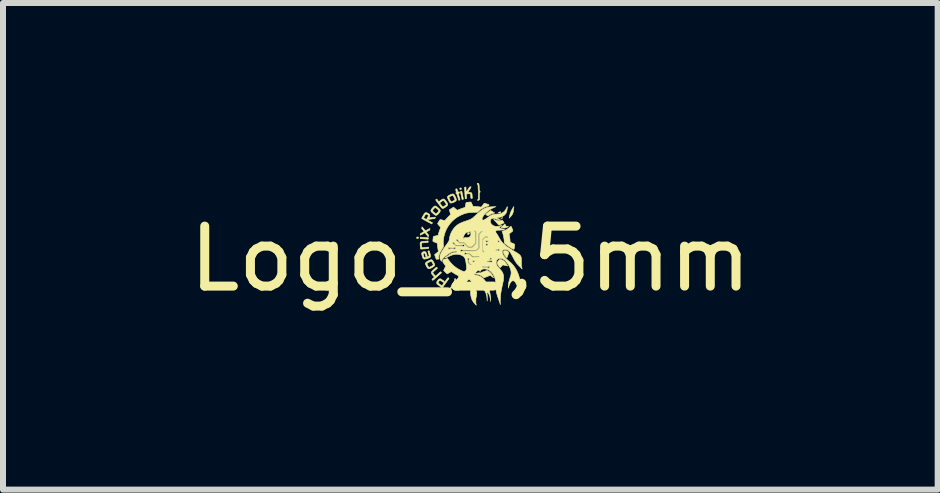
<source format=kicad_pcb>
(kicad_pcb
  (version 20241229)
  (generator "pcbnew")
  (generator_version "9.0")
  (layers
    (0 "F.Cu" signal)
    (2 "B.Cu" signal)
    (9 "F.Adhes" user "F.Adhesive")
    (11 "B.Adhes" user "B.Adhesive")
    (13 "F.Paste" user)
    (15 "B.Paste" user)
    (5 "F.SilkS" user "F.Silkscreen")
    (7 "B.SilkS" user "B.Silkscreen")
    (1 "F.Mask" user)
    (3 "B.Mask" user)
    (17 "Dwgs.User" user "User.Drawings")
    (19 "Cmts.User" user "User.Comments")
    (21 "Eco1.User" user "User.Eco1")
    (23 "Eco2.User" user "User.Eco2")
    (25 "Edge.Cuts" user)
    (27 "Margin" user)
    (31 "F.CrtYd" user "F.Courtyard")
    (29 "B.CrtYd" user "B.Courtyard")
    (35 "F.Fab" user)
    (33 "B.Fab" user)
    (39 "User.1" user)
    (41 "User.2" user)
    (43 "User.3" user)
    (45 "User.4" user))
  (footprint "Logo_2,5mm"
    (layer "F.Cu")
    (at 4.792 1.265)
    (property "Reference" "Logo_2,5mm" (at 0 0 0) (layer "F.SilkS") (effects (font (size 1 1) (thickness 0.15))))
    (attr exclude_from_pos_files exclude_from_bom)
    (fp_poly (pts (xy -0.353 -0.177) (xy -0.354 -0.175) (xy -0.356 -0.177) (xy -0.354 -0.178) (xy -0.353 -0.177)) (stroke (width 0.01) (type solid)) (fill yes) (layer "F.SilkS"))
    (fp_poly (pts (xy -0.277 -0.26) (xy -0.278 -0.259) (xy -0.279 -0.26) (xy -0.278 -0.262) (xy -0.277 -0.26)) (stroke (width 0.01) (type solid)) (fill yes) (layer "F.SilkS"))
    (fp_poly (pts (xy -0.259 -0.177) (xy -0.26 -0.175) (xy -0.262 -0.177) (xy -0.26 -0.178) (xy -0.259 -0.177)) (stroke (width 0.01) (type solid)) (fill yes) (layer "F.SilkS"))
    (fp_poly (pts (xy -0.231 -0.41) (xy -0.232 -0.409) (xy -0.234 -0.41) (xy -0.232 -0.411) (xy -0.231 -0.41)) (stroke (width 0.01) (type solid)) (fill yes) (layer "F.SilkS"))
    (fp_poly (pts (xy -0.221 -0.311) (xy -0.222 -0.31) (xy -0.224 -0.311) (xy -0.222 -0.312) (xy -0.221 -0.311)) (stroke (width 0.01) (type solid)) (fill yes) (layer "F.SilkS"))
    (fp_poly (pts (xy -0.033 0.001) (xy -0.034 0.003) (xy -0.036 0.001) (xy -0.034 0) (xy -0.033 0.001)) (stroke (width 0.01) (type solid)) (fill yes) (layer "F.SilkS"))
    (fp_poly (pts (xy 0.041 -0.558) (xy 0.039 -0.556) (xy 0.038 -0.558) (xy 0.039 -0.559) (xy 0.041 -0.558)) (stroke (width 0.01) (type solid)) (fill yes) (layer "F.SilkS"))
    (fp_poly (pts (xy 0.051 0.044) (xy 0.05 0.046) (xy 0.048 0.044) (xy 0.05 0.043) (xy 0.051 0.044)) (stroke (width 0.01) (type solid)) (fill yes) (layer "F.SilkS"))
    (fp_poly (pts (xy 0.269 -0.291) (xy 0.268 -0.29) (xy 0.267 -0.291) (xy 0.268 -0.292) (xy 0.269 -0.291)) (stroke (width 0.01) (type solid)) (fill yes) (layer "F.SilkS"))
    (fp_poly (pts (xy 0.307 -0.464) (xy 0.306 -0.462) (xy 0.305 -0.464) (xy 0.306 -0.465) (xy 0.307 -0.464)) (stroke (width 0.01) (type solid)) (fill yes) (layer "F.SilkS"))
    (fp_poly (pts (xy 0.356 -0.364) (xy 0.354 -0.363) (xy 0.353 -0.364) (xy 0.354 -0.366) (xy 0.356 -0.364)) (stroke (width 0.01) (type solid)) (fill yes) (layer "F.SilkS"))
    (fp_poly (pts (xy 0.427 -0.87) (xy 0.425 -0.869) (xy 0.424 -0.87) (xy 0.425 -0.871) (xy 0.427 -0.87)) (stroke (width 0.01) (type solid)) (fill yes) (layer "F.SilkS"))
    (fp_poly (pts (xy 0.47 -0.291) (xy 0.469 -0.29) (xy 0.467 -0.291) (xy 0.469 -0.292) (xy 0.47 -0.291)) (stroke (width 0.01) (type solid)) (fill yes) (layer "F.SilkS"))
    (fp_poly (pts (xy 0.526 -0.56) (xy 0.525 -0.559) (xy 0.523 -0.56) (xy 0.525 -0.561) (xy 0.526 -0.56)) (stroke (width 0.01) (type solid)) (fill yes) (layer "F.SilkS"))
    (fp_poly (pts (xy 0.574 -0.494) (xy 0.573 -0.493) (xy 0.572 -0.494) (xy 0.573 -0.495) (xy 0.574 -0.494)) (stroke (width 0.01) (type solid)) (fill yes) (layer "F.SilkS"))
    (fp_poly (pts (xy 0.502 0.76) (xy 0.502 0.763) (xy 0.502 0.764) (xy 0.501 0.763) (xy 0.5 0.762) (xy 0.501 0.76) (xy 0.502 0.76)) (stroke (width 0.01) (type solid)) (fill yes) (layer "F.SilkS"))
    (fp_poly (pts (xy 0.537 -0.684) (xy 0.536 -0.681) (xy 0.533 -0.677) (xy 0.528 -0.676) (xy 0.521 -0.676) (xy 0.509 -0.676) (xy 0.523 -0.681) (xy 0.531 -0.683) (xy 0.536 -0.685) (xy 0.538 -0.686) (xy 0.537 -0.684)) (stroke (width 0.01) (type solid)) (fill yes) (layer "F.SilkS"))
    (fp_poly (pts (xy -0.868 -0.362) (xy -0.867 -0.361) (xy -0.867 -0.359) (xy -0.868 -0.354) (xy -0.869 -0.348) (xy -0.869 -0.343) (xy -0.871 -0.341) (xy -0.875 -0.34) (xy -0.882 -0.34) (xy -0.894 -0.34) (xy -0.894 -0.351) (xy -0.893 -0.362) (xy -0.879 -0.363) (xy -0.871 -0.363) (xy -0.868 -0.362)) (stroke (width 0.01) (type solid)) (fill yes) (layer "F.SilkS"))
    (fp_poly (pts (xy -0.018 -0.435) (xy -0.016 -0.43) (xy -0.016 -0.429) (xy -0.017 -0.422) (xy -0.021 -0.415) (xy -0.027 -0.41) (xy -0.034 -0.407) (xy -0.041 -0.406) (xy -0.044 -0.408) (xy -0.046 -0.413) (xy -0.045 -0.42) (xy -0.041 -0.427) (xy -0.035 -0.432) (xy -0.028 -0.436) (xy -0.024 -0.436) (xy -0.018 -0.435)) (stroke (width 0.01) (type solid)) (fill yes) (layer "F.SilkS"))
    (fp_poly (pts (xy -0.154 -1.18) (xy -0.153 -1.175) (xy -0.152 -1.171) (xy -0.151 -1.164) (xy -0.15 -1.16) (xy -0.151 -1.159) (xy -0.154 -1.158) (xy -0.16 -1.157) (xy -0.162 -1.156) (xy -0.172 -1.155) (xy -0.175 -1.166) (xy -0.176 -1.174) (xy -0.174 -1.178) (xy -0.17 -1.181) (xy -0.163 -1.181) (xy -0.157 -1.182) (xy -0.154 -1.18)) (stroke (width 0.01) (type solid)) (fill yes) (layer "F.SilkS"))
    (fp_poly (pts (xy 0.504 -0.783) (xy 0.504 -0.782) (xy 0.507 -0.779) (xy 0.508 -0.777) (xy 0.506 -0.775) (xy 0.5 -0.773) (xy 0.491 -0.77) (xy 0.482 -0.767) (xy 0.473 -0.766) (xy 0.472 -0.766) (xy 0.461 -0.764) (xy 0.468 -0.769) (xy 0.475 -0.773) (xy 0.483 -0.778) (xy 0.488 -0.78) (xy 0.495 -0.783) (xy 0.5 -0.784) (xy 0.504 -0.783)) (stroke (width 0.01) (type solid)) (fill yes) (layer "F.SilkS"))
    (fp_poly (pts (xy -0.135 -1.09) (xy -0.13 -1.064) (xy -0.126 -1.043) (xy -0.122 -1.026) (xy -0.12 -1.013) (xy -0.118 -1.004) (xy -0.117 -0.998) (xy -0.117 -0.995) (xy -0.118 -0.994) (xy -0.121 -0.993) (xy -0.127 -0.992) (xy -0.129 -0.991) (xy -0.139 -0.99) (xy -0.152 -1.055) (xy -0.156 -1.073) (xy -0.159 -1.089) (xy -0.161 -1.102) (xy -0.163 -1.113) (xy -0.164 -1.12) (xy -0.163 -1.123) (xy -0.16 -1.124) (xy -0.153 -1.126) (xy -0.152 -1.126) (xy -0.143 -1.128) (xy -0.135 -1.09)) (stroke (width 0.01) (type solid)) (fill yes) (layer "F.SilkS"))
    (fp_poly (pts (xy 0.352 -0.797) (xy 0.362 -0.792) (xy 0.373 -0.785) (xy 0.384 -0.778) (xy 0.387 -0.776) (xy 0.406 -0.764) (xy 0.385 -0.759) (xy 0.36 -0.752) (xy 0.335 -0.741) (xy 0.313 -0.728) (xy 0.305 -0.722) (xy 0.3 -0.718) (xy 0.296 -0.717) (xy 0.296 -0.716) (xy 0.294 -0.718) (xy 0.288 -0.72) (xy 0.28 -0.724) (xy 0.277 -0.726) (xy 0.268 -0.73) (xy 0.261 -0.734) (xy 0.257 -0.736) (xy 0.257 -0.736) (xy 0.257 -0.738) (xy 0.26 -0.743) (xy 0.267 -0.75) (xy 0.275 -0.758) (xy 0.286 -0.767) (xy 0.297 -0.777) (xy 0.309 -0.786) (xy 0.32 -0.794) (xy 0.337 -0.806) (xy 0.352 -0.797)) (stroke (width 0.01) (type solid)) (fill yes) (layer "F.SilkS"))
    (fp_poly (pts (xy 0.575 -0.58) (xy 0.58 -0.573) (xy 0.587 -0.561) (xy 0.588 -0.56) (xy 0.6 -0.538) (xy 0.635 -0.541) (xy 0.629 -0.536) (xy 0.623 -0.532) (xy 0.615 -0.528) (xy 0.606 -0.523) (xy 0.605 -0.523) (xy 0.595 -0.518) (xy 0.586 -0.516) (xy 0.576 -0.514) (xy 0.566 -0.514) (xy 0.551 -0.514) (xy 0.537 -0.516) (xy 0.53 -0.517) (xy 0.519 -0.52) (xy 0.513 -0.522) (xy 0.511 -0.525) (xy 0.514 -0.529) (xy 0.521 -0.534) (xy 0.528 -0.539) (xy 0.537 -0.546) (xy 0.547 -0.555) (xy 0.556 -0.563) (xy 0.564 -0.57) (xy 0.569 -0.576) (xy 0.571 -0.58) (xy 0.572 -0.58) (xy 0.573 -0.582) (xy 0.575 -0.58)) (stroke (width 0.01) (type solid)) (fill yes) (layer "F.SilkS"))
    (fp_poly (pts (xy -0.818 -0.359) (xy -0.81 -0.359) (xy -0.798 -0.358) (xy -0.784 -0.357) (xy -0.768 -0.356) (xy -0.751 -0.354) (xy -0.736 -0.353) (xy -0.722 -0.352) (xy -0.711 -0.351) (xy -0.703 -0.351) (xy -0.7 -0.35) (xy -0.7 -0.35) (xy -0.7 -0.347) (xy -0.7 -0.341) (xy -0.7 -0.338) (xy -0.701 -0.332) (xy -0.703 -0.329) (xy -0.707 -0.328) (xy -0.708 -0.328) (xy -0.713 -0.328) (xy -0.721 -0.329) (xy -0.733 -0.33) (xy -0.748 -0.331) (xy -0.765 -0.332) (xy -0.775 -0.333) (xy -0.792 -0.334) (xy -0.807 -0.335) (xy -0.819 -0.336) (xy -0.829 -0.337) (xy -0.834 -0.337) (xy -0.836 -0.338) (xy -0.836 -0.34) (xy -0.836 -0.346) (xy -0.836 -0.349) (xy -0.835 -0.361) (xy -0.818 -0.359)) (stroke (width 0.01) (type solid)) (fill yes) (layer "F.SilkS"))
    (fp_poly (pts (xy 0.595 -0.135) (xy 0.604 -0.134) (xy 0.611 -0.132) (xy 0.613 -0.13) (xy 0.623 -0.124) (xy 0.631 -0.118) (xy 0.637 -0.111) (xy 0.64 -0.106) (xy 0.64 -0.105) (xy 0.639 -0.101) (xy 0.637 -0.092) (xy 0.634 -0.082) (xy 0.63 -0.07) (xy 0.625 -0.057) (xy 0.621 -0.045) (xy 0.617 -0.035) (xy 0.615 -0.03) (xy 0.611 -0.023) (xy 0.608 -0.019) (xy 0.607 -0.018) (xy 0.605 -0.02) (xy 0.6 -0.024) (xy 0.594 -0.031) (xy 0.592 -0.034) (xy 0.574 -0.056) (xy 0.562 -0.076) (xy 0.554 -0.095) (xy 0.551 -0.112) (xy 0.551 -0.114) (xy 0.552 -0.123) (xy 0.555 -0.13) (xy 0.56 -0.133) (xy 0.569 -0.135) (xy 0.582 -0.136) (xy 0.583 -0.136) (xy 0.595 -0.135)) (stroke (width 0.01) (type solid)) (fill yes) (layer "F.SilkS"))
    (fp_poly (pts (xy 0.725 -0.869) (xy 0.724 -0.863) (xy 0.724 -0.857) (xy 0.723 -0.848) (xy 0.721 -0.836) (xy 0.72 -0.822) (xy 0.719 -0.813) (xy 0.716 -0.79) (xy 0.712 -0.771) (xy 0.706 -0.754) (xy 0.697 -0.737) (xy 0.695 -0.734) (xy 0.69 -0.727) (xy 0.684 -0.719) (xy 0.676 -0.71) (xy 0.669 -0.701) (xy 0.661 -0.693) (xy 0.655 -0.687) (xy 0.65 -0.682) (xy 0.648 -0.681) (xy 0.648 -0.681) (xy 0.648 -0.685) (xy 0.65 -0.693) (xy 0.652 -0.703) (xy 0.655 -0.716) (xy 0.658 -0.729) (xy 0.66 -0.741) (xy 0.663 -0.753) (xy 0.665 -0.761) (xy 0.667 -0.766) (xy 0.671 -0.776) (xy 0.677 -0.789) (xy 0.684 -0.804) (xy 0.693 -0.82) (xy 0.702 -0.835) (xy 0.71 -0.849) (xy 0.711 -0.851) (xy 0.717 -0.86) (xy 0.722 -0.867) (xy 0.724 -0.871) (xy 0.725 -0.871) (xy 0.725 -0.869)) (stroke (width 0.01) (type solid)) (fill yes) (layer "F.SilkS"))
    (fp_poly (pts (xy -0.097 0.345) (xy -0.097 0.35) (xy -0.097 0.358) (xy -0.097 0.367) (xy -0.098 0.377) (xy -0.1 0.387) (xy -0.1 0.387) (xy -0.105 0.4) (xy -0.111 0.412) (xy -0.119 0.425) (xy -0.13 0.44) (xy -0.145 0.456) (xy -0.145 0.456) (xy -0.158 0.471) (xy -0.168 0.483) (xy -0.176 0.494) (xy -0.183 0.506) (xy -0.19 0.519) (xy -0.191 0.522) (xy -0.194 0.529) (xy -0.197 0.533) (xy -0.198 0.533) (xy -0.198 0.533) (xy -0.197 0.527) (xy -0.195 0.518) (xy -0.191 0.506) (xy -0.187 0.494) (xy -0.183 0.482) (xy -0.179 0.472) (xy -0.177 0.469) (xy -0.169 0.454) (xy -0.161 0.441) (xy -0.151 0.428) (xy -0.138 0.413) (xy -0.13 0.403) (xy -0.122 0.392) (xy -0.115 0.38) (xy -0.108 0.369) (xy -0.104 0.359) (xy -0.102 0.351) (xy -0.102 0.35) (xy -0.1 0.346) (xy -0.099 0.344) (xy -0.097 0.345)) (stroke (width 0.01) (type solid)) (fill yes) (layer "F.SilkS"))
    (fp_poly (pts (xy 0.391 -0.657) (xy 0.399 -0.654) (xy 0.408 -0.651) (xy 0.412 -0.649) (xy 0.424 -0.645) (xy 0.436 -0.641) (xy 0.447 -0.638) (xy 0.448 -0.637) (xy 0.463 -0.636) (xy 0.48 -0.636) (xy 0.498 -0.637) (xy 0.515 -0.64) (xy 0.518 -0.641) (xy 0.531 -0.645) (xy 0.539 -0.634) (xy 0.546 -0.626) (xy 0.552 -0.618) (xy 0.557 -0.61) (xy 0.56 -0.604) (xy 0.561 -0.601) (xy 0.561 -0.601) (xy 0.557 -0.598) (xy 0.549 -0.594) (xy 0.539 -0.589) (xy 0.529 -0.584) (xy 0.518 -0.579) (xy 0.509 -0.575) (xy 0.504 -0.573) (xy 0.492 -0.568) (xy 0.483 -0.565) (xy 0.477 -0.564) (xy 0.472 -0.565) (xy 0.467 -0.569) (xy 0.461 -0.577) (xy 0.455 -0.584) (xy 0.446 -0.594) (xy 0.435 -0.607) (xy 0.423 -0.619) (xy 0.411 -0.631) (xy 0.411 -0.632) (xy 0.402 -0.641) (xy 0.394 -0.649) (xy 0.39 -0.654) (xy 0.387 -0.657) (xy 0.388 -0.658) (xy 0.391 -0.657)) (stroke (width 0.01) (type solid)) (fill yes) (layer "F.SilkS"))
    (fp_poly (pts (xy 0.027 0.477) (xy 0.038 0.486) (xy 0.05 0.496) (xy 0.062 0.505) (xy 0.066 0.507) (xy 0.076 0.514) (xy 0.085 0.522) (xy 0.092 0.528) (xy 0.094 0.53) (xy 0.1 0.54) (xy 0.105 0.553) (xy 0.107 0.568) (xy 0.106 0.585) (xy 0.103 0.607) (xy 0.099 0.63) (xy 0.095 0.647) (xy 0.093 0.66) (xy 0.091 0.673) (xy 0.091 0.686) (xy 0.091 0.702) (xy 0.091 0.722) (xy 0.092 0.737) (xy 0.093 0.749) (xy 0.095 0.755) (xy 0.097 0.764) (xy 0.098 0.771) (xy 0.098 0.774) (xy 0.098 0.774) (xy 0.097 0.772) (xy 0.092 0.767) (xy 0.085 0.76) (xy 0.077 0.751) (xy 0.07 0.743) (xy 0.054 0.725) (xy 0.042 0.707) (xy 0.032 0.691) (xy 0.024 0.673) (xy 0.018 0.653) (xy 0.016 0.649) (xy 0.008 0.615) (xy 0.004 0.584) (xy 0.003 0.554) (xy 0.006 0.525) (xy 0.008 0.513) (xy 0.011 0.495) (xy 0.012 0.481) (xy 0.011 0.474) (xy 0.01 0.462) (xy 0.027 0.477)) (stroke (width 0.01) (type solid)) (fill yes) (layer "F.SilkS"))
    (fp_poly (pts (xy 0.51 0.012) (xy 0.527 0.017) (xy 0.545 0.026) (xy 0.563 0.039) (xy 0.576 0.051) (xy 0.583 0.06) (xy 0.592 0.071) (xy 0.6 0.082) (xy 0.607 0.092) (xy 0.614 0.102) (xy 0.618 0.11) (xy 0.62 0.116) (xy 0.62 0.117) (xy 0.617 0.118) (xy 0.61 0.117) (xy 0.598 0.115) (xy 0.584 0.112) (xy 0.578 0.11) (xy 0.565 0.107) (xy 0.553 0.104) (xy 0.544 0.103) (xy 0.539 0.102) (xy 0.538 0.102) (xy 0.533 0.108) (xy 0.527 0.115) (xy 0.52 0.124) (xy 0.512 0.132) (xy 0.506 0.139) (xy 0.5 0.144) (xy 0.497 0.147) (xy 0.497 0.147) (xy 0.494 0.145) (xy 0.489 0.14) (xy 0.482 0.134) (xy 0.48 0.131) (xy 0.468 0.115) (xy 0.458 0.097) (xy 0.452 0.08) (xy 0.45 0.071) (xy 0.45 0.065) (xy 0.45 0.06) (xy 0.452 0.055) (xy 0.455 0.049) (xy 0.46 0.042) (xy 0.465 0.035) (xy 0.472 0.025) (xy 0.478 0.019) (xy 0.482 0.015) (xy 0.486 0.013) (xy 0.491 0.012) (xy 0.493 0.012) (xy 0.51 0.012)) (stroke (width 0.01) (type solid)) (fill yes) (layer "F.SilkS"))
    (fp_poly (pts (xy -0.217 -1.14) (xy -0.213 -1.129) (xy -0.21 -1.121) (xy -0.208 -1.116) (xy -0.207 -1.114) (xy -0.203 -1.115) (xy -0.196 -1.116) (xy -0.195 -1.116) (xy -0.189 -1.117) (xy -0.186 -1.116) (xy -0.184 -1.111) (xy -0.183 -1.109) (xy -0.182 -1.101) (xy -0.182 -1.097) (xy -0.187 -1.094) (xy -0.191 -1.093) (xy -0.197 -1.092) (xy -0.201 -1.091) (xy -0.201 -1.091) (xy -0.201 -1.088) (xy -0.199 -1.081) (xy -0.197 -1.071) (xy -0.193 -1.058) (xy -0.189 -1.043) (xy -0.188 -1.038) (xy -0.183 -1.023) (xy -0.179 -1.009) (xy -0.176 -0.997) (xy -0.174 -0.989) (xy -0.173 -0.984) (xy -0.173 -0.984) (xy -0.175 -0.982) (xy -0.18 -0.979) (xy -0.187 -0.977) (xy -0.192 -0.975) (xy -0.193 -0.975) (xy -0.194 -0.978) (xy -0.196 -0.984) (xy -0.199 -0.994) (xy -0.203 -1.007) (xy -0.207 -1.022) (xy -0.209 -1.029) (xy -0.214 -1.046) (xy -0.218 -1.059) (xy -0.221 -1.069) (xy -0.224 -1.075) (xy -0.226 -1.079) (xy -0.227 -1.081) (xy -0.229 -1.082) (xy -0.23 -1.082) (xy -0.235 -1.083) (xy -0.237 -1.088) (xy -0.239 -1.092) (xy -0.241 -1.099) (xy -0.241 -1.103) (xy -0.239 -1.105) (xy -0.236 -1.105) (xy -0.232 -1.106) (xy -0.232 -1.108) (xy -0.235 -1.117) (xy -0.238 -1.127) (xy -0.241 -1.138) (xy -0.243 -1.148) (xy -0.244 -1.156) (xy -0.245 -1.16) (xy -0.244 -1.161) (xy -0.241 -1.163) (xy -0.234 -1.165) (xy -0.233 -1.165) (xy -0.224 -1.166) (xy -0.217 -1.14)) (stroke (width 0.01) (type solid)) (fill yes) (layer "F.SilkS"))
    (fp_poly (pts (xy 0.294 0.201) (xy 0.31 0.211) (xy 0.326 0.224) (xy 0.341 0.239) (xy 0.354 0.255) (xy 0.36 0.264) (xy 0.366 0.274) (xy 0.372 0.285) (xy 0.377 0.295) (xy 0.382 0.304) (xy 0.385 0.311) (xy 0.386 0.315) (xy 0.386 0.315) (xy 0.383 0.315) (xy 0.378 0.311) (xy 0.371 0.305) (xy 0.361 0.298) (xy 0.358 0.296) (xy 0.349 0.288) (xy 0.34 0.281) (xy 0.334 0.277) (xy 0.331 0.274) (xy 0.331 0.274) (xy 0.329 0.275) (xy 0.323 0.278) (xy 0.314 0.282) (xy 0.311 0.283) (xy 0.303 0.286) (xy 0.293 0.291) (xy 0.282 0.295) (xy 0.269 0.3) (xy 0.257 0.305) (xy 0.245 0.309) (xy 0.236 0.312) (xy 0.23 0.314) (xy 0.228 0.315) (xy 0.226 0.313) (xy 0.22 0.31) (xy 0.213 0.304) (xy 0.209 0.301) (xy 0.193 0.289) (xy 0.177 0.279) (xy 0.159 0.271) (xy 0.138 0.264) (xy 0.121 0.26) (xy 0.107 0.256) (xy 0.094 0.253) (xy 0.084 0.249) (xy 0.076 0.247) (xy 0.075 0.246) (xy 0.065 0.242) (xy 0.09 0.24) (xy 0.104 0.239) (xy 0.12 0.237) (xy 0.134 0.235) (xy 0.137 0.235) (xy 0.149 0.233) (xy 0.157 0.233) (xy 0.161 0.234) (xy 0.167 0.236) (xy 0.173 0.235) (xy 0.178 0.231) (xy 0.183 0.227) (xy 0.192 0.223) (xy 0.201 0.221) (xy 0.211 0.217) (xy 0.224 0.213) (xy 0.238 0.208) (xy 0.248 0.204) (xy 0.277 0.193) (xy 0.294 0.201)) (stroke (width 0.01) (type solid)) (fill yes) (layer "F.SilkS"))
    (fp_poly (pts (xy -0.561 0.141) (xy -0.557 0.146) (xy -0.555 0.147) (xy -0.55 0.152) (xy -0.549 0.155) (xy -0.551 0.158) (xy -0.553 0.16) (xy -0.556 0.163) (xy -0.563 0.169) (xy -0.571 0.177) (xy -0.582 0.186) (xy -0.592 0.195) (xy -0.606 0.207) (xy -0.616 0.217) (xy -0.623 0.225) (xy -0.627 0.23) (xy -0.627 0.231) (xy -0.626 0.235) (xy -0.623 0.24) (xy -0.617 0.248) (xy -0.608 0.259) (xy -0.595 0.273) (xy -0.589 0.28) (xy -0.58 0.29) (xy -0.539 0.253) (xy -0.527 0.242) (xy -0.516 0.232) (xy -0.507 0.225) (xy -0.5 0.219) (xy -0.496 0.216) (xy -0.496 0.216) (xy -0.493 0.218) (xy -0.488 0.222) (xy -0.487 0.224) (xy -0.481 0.233) (xy -0.548 0.292) (xy -0.567 0.309) (xy -0.583 0.324) (xy -0.596 0.335) (xy -0.606 0.344) (xy -0.614 0.35) (xy -0.62 0.354) (xy -0.624 0.357) (xy -0.627 0.358) (xy -0.629 0.358) (xy -0.63 0.357) (xy -0.631 0.355) (xy -0.633 0.352) (xy -0.634 0.352) (xy -0.641 0.342) (xy -0.627 0.33) (xy -0.619 0.323) (xy -0.611 0.316) (xy -0.606 0.312) (xy -0.598 0.305) (xy -0.621 0.28) (xy -0.634 0.265) (xy -0.643 0.252) (xy -0.649 0.241) (xy -0.651 0.232) (xy -0.65 0.223) (xy -0.645 0.214) (xy -0.637 0.205) (xy -0.632 0.199) (xy -0.623 0.191) (xy -0.613 0.182) (xy -0.603 0.172) (xy -0.592 0.163) (xy -0.582 0.154) (xy -0.574 0.147) (xy -0.568 0.142) (xy -0.564 0.14) (xy -0.564 0.14) (xy -0.561 0.141)) (stroke (width 0.01) (type solid)) (fill yes) (layer "F.SilkS"))
    (fp_poly (pts (xy 0.121 -1.259) (xy 0.124 -1.259) (xy 0.132 -1.257) (xy 0.138 -1.252) (xy 0.142 -1.245) (xy 0.144 -1.234) (xy 0.145 -1.226) (xy 0.146 -1.215) (xy 0.147 -1.2) (xy 0.147 -1.185) (xy 0.147 -1.175) (xy 0.148 -1.156) (xy 0.15 -1.142) (xy 0.153 -1.133) (xy 0.157 -1.128) (xy 0.159 -1.128) (xy 0.162 -1.126) (xy 0.163 -1.121) (xy 0.162 -1.114) (xy 0.159 -1.107) (xy 0.156 -1.104) (xy 0.149 -1.097) (xy 0.15 -1.043) (xy 0.151 -0.988) (xy 0.145 -0.982) (xy 0.138 -0.977) (xy 0.13 -0.974) (xy 0.125 -0.973) (xy 0.122 -0.975) (xy 0.122 -0.98) (xy 0.122 -0.981) (xy 0.123 -0.988) (xy 0.127 -0.991) (xy 0.128 -0.992) (xy 0.13 -0.993) (xy 0.131 -0.994) (xy 0.132 -0.997) (xy 0.133 -1.001) (xy 0.133 -1.008) (xy 0.133 -1.018) (xy 0.133 -1.031) (xy 0.133 -1.049) (xy 0.133 -1.068) (xy 0.134 -1.082) (xy 0.134 -1.093) (xy 0.135 -1.1) (xy 0.135 -1.105) (xy 0.137 -1.109) (xy 0.137 -1.11) (xy 0.14 -1.114) (xy 0.14 -1.118) (xy 0.138 -1.124) (xy 0.136 -1.126) (xy 0.135 -1.13) (xy 0.133 -1.135) (xy 0.132 -1.141) (xy 0.131 -1.15) (xy 0.131 -1.161) (xy 0.13 -1.177) (xy 0.13 -1.186) (xy 0.129 -1.201) (xy 0.128 -1.215) (xy 0.128 -1.227) (xy 0.127 -1.235) (xy 0.126 -1.239) (xy 0.126 -1.239) (xy 0.122 -1.242) (xy 0.119 -1.242) (xy 0.116 -1.243) (xy 0.114 -1.247) (xy 0.114 -1.251) (xy 0.115 -1.257) (xy 0.116 -1.26) (xy 0.121 -1.259)) (stroke (width 0.01) (type solid)) (fill yes) (layer "F.SilkS"))
    (fp_poly (pts (xy -0.575 -0.878) (xy -0.566 -0.873) (xy -0.561 -0.869) (xy -0.553 -0.863) (xy -0.543 -0.855) (xy -0.533 -0.846) (xy -0.533 -0.846) (xy -0.519 -0.833) (xy -0.509 -0.822) (xy -0.503 -0.812) (xy -0.501 -0.803) (xy -0.503 -0.793) (xy -0.509 -0.782) (xy -0.518 -0.768) (xy -0.527 -0.758) (xy -0.539 -0.744) (xy -0.551 -0.734) (xy -0.562 -0.727) (xy -0.57 -0.724) (xy -0.571 -0.724) (xy -0.576 -0.725) (xy -0.583 -0.728) (xy -0.585 -0.728) (xy -0.591 -0.732) (xy -0.6 -0.739) (xy -0.611 -0.747) (xy -0.621 -0.756) (xy -0.632 -0.766) (xy -0.642 -0.775) (xy -0.649 -0.782) (xy -0.653 -0.788) (xy -0.654 -0.789) (xy -0.657 -0.797) (xy -0.658 -0.804) (xy -0.658 -0.804) (xy -0.632 -0.804) (xy -0.631 -0.8) (xy -0.625 -0.793) (xy -0.618 -0.785) (xy -0.609 -0.776) (xy -0.599 -0.767) (xy -0.589 -0.76) (xy -0.58 -0.754) (xy -0.574 -0.75) (xy -0.571 -0.75) (xy -0.567 -0.752) (xy -0.561 -0.757) (xy -0.553 -0.765) (xy -0.546 -0.773) (xy -0.536 -0.785) (xy -0.53 -0.793) (xy -0.526 -0.8) (xy -0.526 -0.806) (xy -0.529 -0.811) (xy -0.533 -0.814) (xy -0.547 -0.828) (xy -0.561 -0.839) (xy -0.572 -0.847) (xy -0.58 -0.853) (xy -0.586 -0.855) (xy -0.587 -0.856) (xy -0.591 -0.853) (xy -0.598 -0.848) (xy -0.605 -0.84) (xy -0.613 -0.831) (xy -0.621 -0.822) (xy -0.627 -0.814) (xy -0.631 -0.808) (xy -0.632 -0.804) (xy -0.658 -0.804) (xy -0.656 -0.812) (xy -0.651 -0.821) (xy -0.644 -0.832) (xy -0.633 -0.845) (xy -0.63 -0.849) (xy -0.617 -0.863) (xy -0.605 -0.873) (xy -0.594 -0.879) (xy -0.585 -0.881) (xy -0.575 -0.878)) (stroke (width 0.01) (type solid)) (fill yes) (layer "F.SilkS"))
    (fp_poly (pts (xy -0.287 -1.081) (xy -0.279 -1.078) (xy -0.271 -1.071) (xy -0.264 -1.06) (xy -0.256 -1.045) (xy -0.247 -1.025) (xy -0.244 -1.018) (xy -0.238 -1.003) (xy -0.234 -0.991) (xy -0.234 -0.981) (xy -0.235 -0.973) (xy -0.24 -0.967) (xy -0.243 -0.963) (xy -0.252 -0.956) (xy -0.265 -0.949) (xy -0.279 -0.942) (xy -0.294 -0.936) (xy -0.308 -0.932) (xy -0.318 -0.93) (xy -0.327 -0.93) (xy -0.332 -0.931) (xy -0.336 -0.933) (xy -0.341 -0.938) (xy -0.346 -0.944) (xy -0.352 -0.955) (xy -0.359 -0.968) (xy -0.364 -0.979) (xy -0.372 -0.998) (xy -0.378 -1.012) (xy -0.381 -1.024) (xy -0.38 -1.026) (xy -0.356 -1.026) (xy -0.356 -1.022) (xy -0.354 -1.015) (xy -0.35 -1.006) (xy -0.345 -0.993) (xy -0.345 -0.993) (xy -0.339 -0.981) (xy -0.334 -0.97) (xy -0.33 -0.962) (xy -0.327 -0.957) (xy -0.326 -0.957) (xy -0.323 -0.954) (xy -0.319 -0.953) (xy -0.314 -0.954) (xy -0.306 -0.957) (xy -0.294 -0.961) (xy -0.284 -0.966) (xy -0.271 -0.973) (xy -0.262 -0.978) (xy -0.258 -0.982) (xy -0.258 -0.983) (xy -0.258 -0.988) (xy -0.26 -0.995) (xy -0.264 -1.006) (xy -0.269 -1.017) (xy -0.274 -1.028) (xy -0.279 -1.039) (xy -0.284 -1.048) (xy -0.288 -1.053) (xy -0.289 -1.053) (xy -0.295 -1.059) (xy -0.307 -1.054) (xy -0.324 -1.047) (xy -0.339 -1.04) (xy -0.349 -1.034) (xy -0.355 -1.03) (xy -0.356 -1.029) (xy -0.356 -1.026) (xy -0.38 -1.026) (xy -0.38 -1.034) (xy -0.377 -1.041) (xy -0.37 -1.048) (xy -0.36 -1.055) (xy -0.346 -1.062) (xy -0.341 -1.065) (xy -0.324 -1.073) (xy -0.309 -1.078) (xy -0.297 -1.081) (xy -0.287 -1.081)) (stroke (width 0.01) (type solid)) (fill yes) (layer "F.SilkS"))
    (fp_poly (pts (xy 0.68 -0.539) (xy 0.684 -0.534) (xy 0.688 -0.524) (xy 0.694 -0.511) (xy 0.695 -0.507) (xy 0.7 -0.494) (xy 0.704 -0.483) (xy 0.707 -0.474) (xy 0.708 -0.468) (xy 0.708 -0.467) (xy 0.708 -0.466) (xy 0.705 -0.463) (xy 0.701 -0.459) (xy 0.694 -0.453) (xy 0.685 -0.446) (xy 0.672 -0.436) (xy 0.656 -0.423) (xy 0.649 -0.418) (xy 0.648 -0.416) (xy 0.647 -0.413) (xy 0.647 -0.407) (xy 0.649 -0.398) (xy 0.651 -0.386) (xy 0.652 -0.383) (xy 0.654 -0.368) (xy 0.657 -0.35) (xy 0.659 -0.331) (xy 0.661 -0.314) (xy 0.661 -0.314) (xy 0.664 -0.276) (xy 0.7 -0.261) (xy 0.712 -0.256) (xy 0.723 -0.251) (xy 0.731 -0.247) (xy 0.736 -0.245) (xy 0.737 -0.244) (xy 0.737 -0.241) (xy 0.737 -0.234) (xy 0.737 -0.224) (xy 0.736 -0.212) (xy 0.734 -0.199) (xy 0.733 -0.187) (xy 0.731 -0.176) (xy 0.73 -0.168) (xy 0.729 -0.163) (xy 0.728 -0.162) (xy 0.724 -0.16) (xy 0.718 -0.16) (xy 0.71 -0.162) (xy 0.701 -0.167) (xy 0.688 -0.174) (xy 0.674 -0.183) (xy 0.652 -0.197) (xy 0.631 -0.212) (xy 0.611 -0.226) (xy 0.594 -0.239) (xy 0.581 -0.251) (xy 0.579 -0.252) (xy 0.567 -0.263) (xy 0.564 -0.302) (xy 0.559 -0.344) (xy 0.551 -0.384) (xy 0.541 -0.423) (xy 0.539 -0.43) (xy 0.535 -0.441) (xy 0.532 -0.451) (xy 0.529 -0.458) (xy 0.528 -0.461) (xy 0.528 -0.461) (xy 0.531 -0.462) (xy 0.536 -0.463) (xy 0.54 -0.463) (xy 0.562 -0.469) (xy 0.586 -0.479) (xy 0.611 -0.492) (xy 0.635 -0.509) (xy 0.658 -0.528) (xy 0.666 -0.535) (xy 0.672 -0.539) (xy 0.676 -0.541) (xy 0.68 -0.539)) (stroke (width 0.01) (type solid)) (fill yes) (layer "F.SilkS"))
    (fp_poly (pts (xy -0.704 -0.275) (xy -0.714 -0.273) (xy -0.721 -0.273) (xy -0.731 -0.272) (xy -0.744 -0.271) (xy -0.758 -0.269) (xy -0.762 -0.269) (xy -0.776 -0.268) (xy -0.788 -0.267) (xy -0.797 -0.266) (xy -0.804 -0.265) (xy -0.805 -0.265) (xy -0.809 -0.263) (xy -0.812 -0.261) (xy -0.813 -0.256) (xy -0.814 -0.248) (xy -0.814 -0.237) (xy -0.813 -0.221) (xy -0.813 -0.221) (xy -0.811 -0.208) (xy -0.811 -0.198) (xy -0.81 -0.19) (xy -0.809 -0.186) (xy -0.809 -0.186) (xy -0.807 -0.186) (xy -0.8 -0.187) (xy -0.79 -0.187) (xy -0.778 -0.188) (xy -0.764 -0.189) (xy -0.75 -0.19) (xy -0.737 -0.191) (xy -0.725 -0.193) (xy -0.715 -0.193) (xy -0.708 -0.194) (xy -0.707 -0.194) (xy -0.696 -0.195) (xy -0.696 -0.184) (xy -0.696 -0.18) (xy -0.696 -0.177) (xy -0.697 -0.175) (xy -0.699 -0.173) (xy -0.704 -0.172) (xy -0.71 -0.171) (xy -0.72 -0.17) (xy -0.734 -0.169) (xy -0.752 -0.167) (xy -0.762 -0.166) (xy -0.782 -0.165) (xy -0.798 -0.164) (xy -0.81 -0.163) (xy -0.819 -0.163) (xy -0.825 -0.163) (xy -0.828 -0.164) (xy -0.83 -0.165) (xy -0.831 -0.168) (xy -0.831 -0.171) (xy -0.832 -0.173) (xy -0.832 -0.18) (xy -0.833 -0.19) (xy -0.834 -0.203) (xy -0.835 -0.217) (xy -0.836 -0.221) (xy -0.837 -0.236) (xy -0.837 -0.247) (xy -0.837 -0.255) (xy -0.837 -0.261) (xy -0.836 -0.265) (xy -0.834 -0.268) (xy -0.831 -0.275) (xy -0.828 -0.279) (xy -0.822 -0.283) (xy -0.815 -0.286) (xy -0.804 -0.288) (xy -0.789 -0.29) (xy -0.774 -0.291) (xy -0.759 -0.292) (xy -0.744 -0.294) (xy -0.731 -0.295) (xy -0.721 -0.296) (xy -0.718 -0.296) (xy -0.704 -0.297) (xy -0.704 -0.275)) (stroke (width 0.01) (type solid)) (fill yes) (layer "F.SilkS"))
    (fp_poly (pts (xy -0.25 0.332) (xy -0.246 0.338) (xy -0.242 0.346) (xy -0.241 0.353) (xy -0.242 0.357) (xy -0.244 0.363) (xy -0.247 0.37) (xy -0.252 0.38) (xy -0.26 0.392) (xy -0.268 0.405) (xy -0.278 0.422) (xy -0.286 0.435) (xy -0.291 0.445) (xy -0.294 0.453) (xy -0.294 0.458) (xy -0.293 0.462) (xy -0.292 0.464) (xy -0.291 0.468) (xy -0.294 0.474) (xy -0.294 0.475) (xy -0.298 0.48) (xy -0.302 0.482) (xy -0.304 0.481) (xy -0.308 0.481) (xy -0.312 0.483) (xy -0.316 0.486) (xy -0.321 0.493) (xy -0.328 0.502) (xy -0.337 0.515) (xy -0.347 0.531) (xy -0.355 0.544) (xy -0.362 0.556) (xy -0.369 0.565) (xy -0.373 0.572) (xy -0.376 0.575) (xy -0.383 0.579) (xy -0.392 0.581) (xy -0.401 0.58) (xy -0.403 0.579) (xy -0.408 0.575) (xy -0.408 0.57) (xy -0.406 0.566) (xy -0.401 0.563) (xy -0.396 0.563) (xy -0.393 0.563) (xy -0.39 0.563) (xy -0.387 0.561) (xy -0.383 0.556) (xy -0.379 0.549) (xy -0.372 0.539) (xy -0.365 0.527) (xy -0.354 0.51) (xy -0.346 0.497) (xy -0.339 0.487) (xy -0.334 0.48) (xy -0.33 0.475) (xy -0.326 0.472) (xy -0.323 0.469) (xy -0.321 0.468) (xy -0.315 0.464) (xy -0.313 0.46) (xy -0.312 0.455) (xy -0.312 0.451) (xy -0.311 0.446) (xy -0.309 0.44) (xy -0.305 0.432) (xy -0.299 0.423) (xy -0.291 0.41) (xy -0.281 0.393) (xy -0.281 0.392) (xy -0.272 0.378) (xy -0.266 0.367) (xy -0.262 0.359) (xy -0.26 0.354) (xy -0.26 0.35) (xy -0.261 0.347) (xy -0.262 0.346) (xy -0.263 0.342) (xy -0.262 0.336) (xy -0.259 0.332) (xy -0.256 0.33) (xy -0.25 0.332)) (stroke (width 0.01) (type solid)) (fill yes) (layer "F.SilkS"))
    (fp_poly (pts (xy -0.644 0.017) (xy -0.635 0.023) (xy -0.625 0.034) (xy -0.62 0.042) (xy -0.61 0.061) (xy -0.602 0.076) (xy -0.597 0.088) (xy -0.595 0.098) (xy -0.595 0.106) (xy -0.597 0.113) (xy -0.601 0.119) (xy -0.602 0.12) (xy -0.607 0.124) (xy -0.615 0.13) (xy -0.626 0.137) (xy -0.638 0.145) (xy -0.651 0.152) (xy -0.663 0.158) (xy -0.671 0.162) (xy -0.683 0.165) (xy -0.695 0.164) (xy -0.706 0.161) (xy -0.708 0.159) (xy -0.713 0.153) (xy -0.72 0.144) (xy -0.727 0.133) (xy -0.734 0.12) (xy -0.74 0.108) (xy -0.745 0.097) (xy -0.748 0.088) (xy -0.749 0.086) (xy -0.749 0.083) (xy -0.724 0.083) (xy -0.723 0.088) (xy -0.719 0.095) (xy -0.715 0.105) (xy -0.71 0.115) (xy -0.704 0.125) (xy -0.699 0.133) (xy -0.695 0.139) (xy -0.693 0.141) (xy -0.689 0.142) (xy -0.686 0.141) (xy -0.681 0.14) (xy -0.674 0.137) (xy -0.664 0.132) (xy -0.652 0.125) (xy -0.641 0.119) (xy -0.631 0.112) (xy -0.624 0.107) (xy -0.62 0.104) (xy -0.619 0.103) (xy -0.619 0.098) (xy -0.621 0.09) (xy -0.626 0.081) (xy -0.631 0.07) (xy -0.637 0.06) (xy -0.644 0.051) (xy -0.65 0.044) (xy -0.654 0.041) (xy -0.655 0.041) (xy -0.66 0.042) (xy -0.668 0.045) (xy -0.678 0.05) (xy -0.685 0.054) (xy -0.699 0.061) (xy -0.71 0.067) (xy -0.717 0.072) (xy -0.721 0.076) (xy -0.723 0.079) (xy -0.724 0.082) (xy -0.724 0.083) (xy -0.749 0.083) (xy -0.749 0.078) (xy -0.748 0.071) (xy -0.744 0.065) (xy -0.738 0.058) (xy -0.728 0.051) (xy -0.715 0.043) (xy -0.698 0.033) (xy -0.69 0.029) (xy -0.676 0.023) (xy -0.665 0.018) (xy -0.657 0.015) (xy -0.655 0.015) (xy -0.644 0.017)) (stroke (width 0.01) (type solid)) (fill yes) (layer "F.SilkS"))
    (fp_poly (pts (xy -0.369 0.317) (xy -0.363 0.32) (xy -0.362 0.321) (xy -0.355 0.327) (xy -0.411 0.404) (xy -0.423 0.421) (xy -0.435 0.437) (xy -0.445 0.452) (xy -0.454 0.464) (xy -0.462 0.473) (xy -0.466 0.479) (xy -0.469 0.482) (xy -0.469 0.482) (xy -0.471 0.481) (xy -0.478 0.477) (xy -0.486 0.471) (xy -0.497 0.464) (xy -0.508 0.456) (xy -0.524 0.444) (xy -0.537 0.434) (xy -0.547 0.426) (xy -0.553 0.42) (xy -0.558 0.414) (xy -0.56 0.409) (xy -0.561 0.403) (xy -0.561 0.399) (xy -0.561 0.392) (xy -0.559 0.385) (xy -0.555 0.377) (xy -0.551 0.371) (xy -0.54 0.356) (xy -0.53 0.345) (xy -0.522 0.338) (xy -0.513 0.334) (xy -0.504 0.333) (xy -0.499 0.334) (xy -0.495 0.336) (xy -0.487 0.34) (xy -0.477 0.346) (xy -0.467 0.353) (xy -0.456 0.36) (xy -0.447 0.366) (xy -0.44 0.372) (xy -0.436 0.376) (xy -0.436 0.376) (xy -0.436 0.379) (xy -0.439 0.385) (xy -0.442 0.39) (xy -0.446 0.393) (xy -0.447 0.394) (xy -0.45 0.392) (xy -0.456 0.388) (xy -0.465 0.383) (xy -0.474 0.376) (xy -0.484 0.369) (xy -0.494 0.363) (xy -0.501 0.359) (xy -0.505 0.358) (xy -0.51 0.36) (xy -0.517 0.366) (xy -0.524 0.373) (xy -0.53 0.382) (xy -0.535 0.39) (xy -0.537 0.398) (xy -0.537 0.401) (xy -0.535 0.404) (xy -0.529 0.409) (xy -0.521 0.415) (xy -0.512 0.423) (xy -0.502 0.431) (xy -0.492 0.438) (xy -0.484 0.444) (xy -0.478 0.448) (xy -0.474 0.45) (xy -0.474 0.45) (xy -0.472 0.448) (xy -0.468 0.442) (xy -0.461 0.433) (xy -0.453 0.422) (xy -0.443 0.408) (xy -0.432 0.393) (xy -0.424 0.382) (xy -0.412 0.366) (xy -0.401 0.351) (xy -0.392 0.338) (xy -0.383 0.328) (xy -0.377 0.32) (xy -0.373 0.316) (xy -0.372 0.315) (xy -0.369 0.317)) (stroke (width 0.01) (type solid)) (fill yes) (layer "F.SilkS"))
    (fp_poly (pts (xy -0.803 -0.531) (xy -0.798 -0.526) (xy -0.792 -0.518) (xy -0.784 -0.508) (xy -0.777 -0.5) (xy -0.768 -0.489) (xy -0.761 -0.48) (xy -0.755 -0.473) (xy -0.751 -0.468) (xy -0.749 -0.467) (xy -0.746 -0.469) (xy -0.74 -0.472) (xy -0.731 -0.476) (xy -0.719 -0.482) (xy -0.715 -0.485) (xy -0.7 -0.493) (xy -0.689 -0.499) (xy -0.681 -0.502) (xy -0.677 -0.504) (xy -0.674 -0.504) (xy -0.673 -0.503) (xy -0.674 -0.5) (xy -0.674 -0.496) (xy -0.676 -0.489) (xy -0.677 -0.483) (xy -0.677 -0.482) (xy -0.68 -0.48) (xy -0.686 -0.475) (xy -0.695 -0.47) (xy -0.706 -0.464) (xy -0.707 -0.463) (xy -0.718 -0.458) (xy -0.727 -0.453) (xy -0.734 -0.449) (xy -0.737 -0.447) (xy -0.737 -0.447) (xy -0.735 -0.445) (xy -0.731 -0.439) (xy -0.725 -0.431) (xy -0.717 -0.422) (xy -0.716 -0.42) (xy -0.708 -0.41) (xy -0.702 -0.402) (xy -0.699 -0.397) (xy -0.697 -0.393) (xy -0.697 -0.389) (xy -0.697 -0.386) (xy -0.699 -0.376) (xy -0.701 -0.37) (xy -0.703 -0.368) (xy -0.703 -0.368) (xy -0.705 -0.37) (xy -0.71 -0.376) (xy -0.716 -0.384) (xy -0.724 -0.394) (xy -0.73 -0.401) (xy -0.739 -0.412) (xy -0.746 -0.422) (xy -0.752 -0.429) (xy -0.756 -0.433) (xy -0.757 -0.434) (xy -0.76 -0.433) (xy -0.766 -0.43) (xy -0.775 -0.425) (xy -0.787 -0.419) (xy -0.796 -0.414) (xy -0.809 -0.407) (xy -0.82 -0.402) (xy -0.828 -0.397) (xy -0.833 -0.395) (xy -0.835 -0.394) (xy -0.835 -0.397) (xy -0.834 -0.403) (xy -0.832 -0.409) (xy -0.829 -0.423) (xy -0.801 -0.437) (xy -0.79 -0.443) (xy -0.781 -0.448) (xy -0.774 -0.451) (xy -0.771 -0.453) (xy -0.771 -0.453) (xy -0.772 -0.455) (xy -0.775 -0.46) (xy -0.781 -0.468) (xy -0.788 -0.477) (xy -0.79 -0.479) (xy -0.811 -0.505) (xy -0.809 -0.518) (xy -0.808 -0.526) (xy -0.806 -0.531) (xy -0.805 -0.532) (xy -0.803 -0.531)) (stroke (width 0.01) (type solid)) (fill yes) (layer "F.SilkS"))
    (fp_poly (pts (xy -0.382 -0.005) (xy -0.378 -0.002) (xy -0.373 0.005) (xy -0.37 0.01) (xy -0.342 0.049) (xy -0.31 0.085) (xy -0.274 0.119) (xy -0.235 0.149) (xy -0.194 0.175) (xy -0.15 0.197) (xy -0.106 0.215) (xy -0.103 0.216) (xy -0.072 0.226) (xy -0.07 0.237) (xy -0.067 0.256) (xy -0.062 0.275) (xy -0.058 0.292) (xy -0.054 0.306) (xy -0.052 0.312) (xy -0.049 0.32) (xy -0.047 0.326) (xy -0.046 0.329) (xy -0.046 0.329) (xy -0.049 0.329) (xy -0.055 0.329) (xy -0.058 0.328) (xy -0.066 0.327) (xy -0.07 0.327) (xy -0.073 0.33) (xy -0.074 0.331) (xy -0.076 0.334) (xy -0.077 0.335) (xy -0.079 0.334) (xy -0.08 0.33) (xy -0.082 0.324) (xy -0.084 0.313) (xy -0.087 0.303) (xy -0.092 0.277) (xy -0.11 0.278) (xy -0.114 0.306) (xy -0.116 0.325) (xy -0.12 0.343) (xy -0.124 0.358) (xy -0.129 0.37) (xy -0.134 0.378) (xy -0.139 0.383) (xy -0.142 0.383) (xy -0.146 0.382) (xy -0.154 0.38) (xy -0.164 0.377) (xy -0.17 0.375) (xy -0.194 0.367) (xy -0.195 0.326) (xy -0.196 0.285) (xy -0.225 0.269) (xy -0.239 0.262) (xy -0.255 0.252) (xy -0.27 0.243) (xy -0.28 0.237) (xy -0.29 0.23) (xy -0.3 0.224) (xy -0.307 0.219) (xy -0.311 0.216) (xy -0.313 0.215) (xy -0.316 0.215) (xy -0.32 0.216) (xy -0.326 0.218) (xy -0.335 0.223) (xy -0.347 0.229) (xy -0.352 0.232) (xy -0.387 0.251) (xy -0.417 0.223) (xy -0.446 0.194) (xy -0.411 0.12) (xy -0.429 0.096) (xy -0.437 0.085) (xy -0.445 0.074) (xy -0.451 0.064) (xy -0.455 0.059) (xy -0.459 0.051) (xy -0.461 0.046) (xy -0.461 0.041) (xy -0.46 0.036) (xy -0.457 0.028) (xy -0.452 0.019) (xy -0.449 0.016) (xy -0.445 0.01) (xy -0.441 0.007) (xy -0.436 0.005) (xy -0.428 0.005) (xy -0.426 0.005) (xy -0.416 0.004) (xy -0.407 0.003) (xy -0.402 0.001) (xy -0.392 -0.003) (xy -0.386 -0.005) (xy -0.382 -0.005)) (stroke (width 0.01) (type solid)) (fill yes) (layer "F.SilkS"))
    (fp_poly (pts (xy -0.439 -0.995) (xy -0.433 -0.992) (xy -0.429 -0.988) (xy -0.422 -0.981) (xy -0.415 -0.971) (xy -0.406 -0.96) (xy -0.398 -0.949) (xy -0.39 -0.938) (xy -0.384 -0.928) (xy -0.38 -0.921) (xy -0.379 -0.919) (xy -0.377 -0.906) (xy -0.38 -0.894) (xy -0.388 -0.884) (xy -0.388 -0.883) (xy -0.395 -0.878) (xy -0.404 -0.871) (xy -0.414 -0.863) (xy -0.425 -0.855) (xy -0.434 -0.849) (xy -0.441 -0.845) (xy -0.441 -0.845) (xy -0.453 -0.841) (xy -0.466 -0.842) (xy -0.473 -0.845) (xy -0.477 -0.848) (xy -0.482 -0.855) (xy -0.491 -0.864) (xy -0.501 -0.877) (xy -0.512 -0.892) (xy -0.525 -0.909) (xy -0.53 -0.915) (xy -0.579 -0.982) (xy -0.571 -0.989) (xy -0.566 -0.993) (xy -0.562 -0.995) (xy -0.561 -0.996) (xy -0.559 -0.994) (xy -0.555 -0.988) (xy -0.548 -0.979) (xy -0.54 -0.968) (xy -0.53 -0.955) (xy -0.518 -0.94) (xy -0.513 -0.932) (xy -0.501 -0.917) (xy -0.49 -0.902) (xy -0.48 -0.889) (xy -0.472 -0.879) (xy -0.466 -0.871) (xy -0.462 -0.867) (xy -0.461 -0.867) (xy -0.457 -0.866) (xy -0.453 -0.866) (xy -0.447 -0.869) (xy -0.439 -0.875) (xy -0.427 -0.883) (xy -0.423 -0.886) (xy -0.413 -0.894) (xy -0.406 -0.9) (xy -0.403 -0.904) (xy -0.401 -0.908) (xy -0.401 -0.909) (xy -0.403 -0.913) (xy -0.407 -0.919) (xy -0.412 -0.928) (xy -0.419 -0.938) (xy -0.426 -0.948) (xy -0.433 -0.957) (xy -0.439 -0.964) (xy -0.443 -0.969) (xy -0.444 -0.97) (xy -0.448 -0.972) (xy -0.452 -0.972) (xy -0.457 -0.971) (xy -0.465 -0.966) (xy -0.475 -0.96) (xy -0.481 -0.955) (xy -0.491 -0.948) (xy -0.499 -0.942) (xy -0.504 -0.939) (xy -0.506 -0.938) (xy -0.506 -0.938) (xy -0.508 -0.94) (xy -0.512 -0.945) (xy -0.513 -0.946) (xy -0.516 -0.951) (xy -0.518 -0.955) (xy -0.518 -0.955) (xy -0.516 -0.958) (xy -0.511 -0.962) (xy -0.503 -0.968) (xy -0.494 -0.975) (xy -0.485 -0.981) (xy -0.476 -0.987) (xy -0.468 -0.992) (xy -0.463 -0.995) (xy -0.451 -0.997) (xy -0.439 -0.995)) (stroke (width 0.01) (type solid)) (fill yes) (layer "F.SilkS"))
    (fp_poly (pts (xy -0.689 -0.133) (xy -0.687 -0.131) (xy -0.684 -0.125) (xy -0.681 -0.117) (xy -0.677 -0.104) (xy -0.674 -0.094) (xy -0.669 -0.074) (xy -0.665 -0.058) (xy -0.664 -0.046) (xy -0.665 -0.036) (xy -0.669 -0.028) (xy -0.677 -0.022) (xy -0.689 -0.016) (xy -0.704 -0.01) (xy -0.725 -0.004) (xy -0.726 -0.004) (xy -0.741 0.00032) (xy -0.753 0.003) (xy -0.761 0.004) (xy -0.768 0.004) (xy -0.773 0.003) (xy -0.778 0.001) (xy -0.779 0.000102) (xy -0.784 -0.004) (xy -0.788 -0.008) (xy -0.792 -0.015) (xy -0.796 -0.025) (xy -0.8 -0.038) (xy -0.804 -0.051) (xy -0.808 -0.065) (xy -0.811 -0.077) (xy -0.812 -0.085) (xy -0.812 -0.09) (xy -0.808 -0.101) (xy -0.801 -0.109) (xy -0.79 -0.115) (xy -0.776 -0.119) (xy -0.762 -0.121) (xy -0.751 -0.118) (xy -0.743 -0.11) (xy -0.74 -0.107) (xy -0.738 -0.102) (xy -0.734 -0.093) (xy -0.73 -0.082) (xy -0.726 -0.07) (xy -0.723 -0.059) (xy -0.72 -0.049) (xy -0.719 -0.043) (xy -0.719 -0.042) (xy -0.721 -0.039) (xy -0.726 -0.037) (xy -0.732 -0.036) (xy -0.738 -0.035) (xy -0.741 -0.036) (xy -0.742 -0.04) (xy -0.744 -0.047) (xy -0.747 -0.057) (xy -0.749 -0.065) (xy -0.753 -0.075) (xy -0.756 -0.085) (xy -0.759 -0.091) (xy -0.76 -0.093) (xy -0.765 -0.096) (xy -0.773 -0.096) (xy -0.78 -0.094) (xy -0.782 -0.093) (xy -0.785 -0.089) (xy -0.787 -0.085) (xy -0.787 -0.078) (xy -0.785 -0.068) (xy -0.781 -0.055) (xy -0.78 -0.05) (xy -0.776 -0.037) (xy -0.772 -0.029) (xy -0.768 -0.023) (xy -0.763 -0.02) (xy -0.755 -0.021) (xy -0.744 -0.023) (xy -0.73 -0.027) (xy -0.728 -0.028) (xy -0.715 -0.032) (xy -0.704 -0.036) (xy -0.695 -0.04) (xy -0.69 -0.043) (xy -0.69 -0.043) (xy -0.688 -0.045) (xy -0.687 -0.047) (xy -0.687 -0.05) (xy -0.688 -0.055) (xy -0.69 -0.062) (xy -0.693 -0.073) (xy -0.697 -0.087) (xy -0.701 -0.101) (xy -0.704 -0.112) (xy -0.707 -0.121) (xy -0.708 -0.127) (xy -0.709 -0.128) (xy -0.707 -0.129) (xy -0.702 -0.131) (xy -0.695 -0.132) (xy -0.691 -0.134) (xy -0.689 -0.133)) (stroke (width 0.01) (type solid)) (fill yes) (layer "F.SilkS"))
    (fp_poly (pts (xy 0.011 -1.2) (xy 0.011 -1.198) (xy 0.009 -1.192) (xy 0.005 -1.184) (xy -0.001 -1.173) (xy -0.011 -1.158) (xy -0.013 -1.155) (xy -0.021 -1.142) (xy -0.028 -1.129) (xy -0.034 -1.12) (xy -0.039 -1.113) (xy -0.041 -1.109) (xy -0.041 -1.109) (xy -0.038 -1.108) (xy -0.032 -1.108) (xy -0.023 -1.107) (xy -0.016 -1.107) (xy -0.005 -1.107) (xy 0.002 -1.107) (xy 0.007 -1.106) (xy 0.011 -1.104) (xy 0.016 -1.1) (xy 0.017 -1.099) (xy 0.022 -1.094) (xy 0.025 -1.089) (xy 0.027 -1.082) (xy 0.028 -1.073) (xy 0.029 -1.062) (xy 0.03 -1.048) (xy 0.031 -1.035) (xy 0.031 -1.032) (xy 0.033 -1.009) (xy 0.021 -1.008) (xy 0.014 -1.008) (xy 0.009 -1.009) (xy 0.009 -1.01) (xy 0.008 -1.013) (xy 0.008 -1.02) (xy 0.007 -1.031) (xy 0.006 -1.043) (xy 0.006 -1.044) (xy 0.006 -1.059) (xy 0.004 -1.07) (xy 0.002 -1.078) (xy -0.002 -1.082) (xy -0.008 -1.084) (xy -0.018 -1.084) (xy -0.032 -1.084) (xy -0.035 -1.084) (xy -0.047 -1.083) (xy -0.057 -1.083) (xy -0.064 -1.082) (xy -0.067 -1.082) (xy -0.067 -1.082) (xy -0.068 -1.079) (xy -0.067 -1.072) (xy -0.067 -1.062) (xy -0.066 -1.049) (xy -0.066 -1.043) (xy -0.065 -1.03) (xy -0.064 -1.018) (xy -0.064 -1.01) (xy -0.064 -1.005) (xy -0.064 -1.004) (xy -0.067 -1.003) (xy -0.074 -1.002) (xy -0.076 -1.002) (xy -0.086 -1) (xy -0.087 -1.019) (xy -0.088 -1.03) (xy -0.089 -1.043) (xy -0.09 -1.059) (xy -0.091 -1.077) (xy -0.092 -1.096) (xy -0.093 -1.114) (xy -0.094 -1.132) (xy -0.095 -1.149) (xy -0.096 -1.164) (xy -0.096 -1.177) (xy -0.096 -1.186) (xy -0.096 -1.191) (xy -0.096 -1.192) (xy -0.093 -1.193) (xy -0.087 -1.195) (xy -0.085 -1.195) (xy -0.074 -1.197) (xy -0.072 -1.155) (xy -0.072 -1.14) (xy -0.071 -1.128) (xy -0.07 -1.119) (xy -0.069 -1.113) (xy -0.069 -1.111) (xy -0.067 -1.113) (xy -0.063 -1.118) (xy -0.057 -1.127) (xy -0.05 -1.138) (xy -0.042 -1.151) (xy -0.04 -1.154) (xy -0.031 -1.169) (xy -0.024 -1.18) (xy -0.019 -1.188) (xy -0.015 -1.193) (xy -0.012 -1.196) (xy -0.009 -1.198) (xy -0.006 -1.199) (xy -0.004 -1.2) (xy 0.003 -1.201) (xy 0.008 -1.201) (xy 0.011 -1.2)) (stroke (width 0.01) (type solid)) (fill yes) (layer "F.SilkS"))
    (fp_poly (pts (xy -0.732 -0.769) (xy -0.719 -0.764) (xy -0.707 -0.759) (xy -0.693 -0.75) (xy -0.683 -0.74) (xy -0.677 -0.731) (xy -0.676 -0.72) (xy -0.679 -0.707) (xy -0.683 -0.697) (xy -0.69 -0.681) (xy -0.682 -0.682) (xy -0.668 -0.684) (xy -0.652 -0.687) (xy -0.636 -0.689) (xy -0.621 -0.69) (xy -0.607 -0.692) (xy -0.595 -0.693) (xy -0.587 -0.694) (xy -0.582 -0.695) (xy -0.582 -0.695) (xy -0.582 -0.692) (xy -0.585 -0.686) (xy -0.588 -0.68) (xy -0.592 -0.674) (xy -0.595 -0.671) (xy -0.596 -0.671) (xy -0.599 -0.67) (xy -0.606 -0.669) (xy -0.617 -0.668) (xy -0.631 -0.666) (xy -0.647 -0.664) (xy -0.654 -0.663) (xy -0.672 -0.661) (xy -0.686 -0.659) (xy -0.696 -0.658) (xy -0.704 -0.657) (xy -0.709 -0.657) (xy -0.713 -0.658) (xy -0.716 -0.659) (xy -0.717 -0.66) (xy -0.723 -0.662) (xy -0.726 -0.664) (xy -0.726 -0.664) (xy -0.725 -0.667) (xy -0.722 -0.672) (xy -0.718 -0.681) (xy -0.714 -0.687) (xy -0.709 -0.698) (xy -0.704 -0.707) (xy -0.701 -0.713) (xy -0.7 -0.716) (xy -0.7 -0.722) (xy -0.703 -0.727) (xy -0.711 -0.733) (xy -0.722 -0.74) (xy -0.731 -0.744) (xy -0.738 -0.746) (xy -0.742 -0.745) (xy -0.743 -0.745) (xy -0.746 -0.742) (xy -0.751 -0.735) (xy -0.757 -0.725) (xy -0.764 -0.713) (xy -0.771 -0.7) (xy -0.775 -0.691) (xy -0.778 -0.685) (xy -0.778 -0.682) (xy -0.777 -0.68) (xy -0.774 -0.679) (xy -0.767 -0.675) (xy -0.757 -0.669) (xy -0.744 -0.662) (xy -0.729 -0.654) (xy -0.712 -0.645) (xy -0.703 -0.64) (xy -0.686 -0.63) (xy -0.67 -0.622) (xy -0.656 -0.614) (xy -0.645 -0.608) (xy -0.637 -0.604) (xy -0.633 -0.601) (xy -0.632 -0.601) (xy -0.634 -0.597) (xy -0.637 -0.591) (xy -0.64 -0.586) (xy -0.643 -0.582) (xy -0.644 -0.582) (xy -0.647 -0.583) (xy -0.653 -0.586) (xy -0.663 -0.592) (xy -0.676 -0.599) (xy -0.692 -0.607) (xy -0.709 -0.616) (xy -0.728 -0.626) (xy -0.746 -0.637) (xy -0.764 -0.646) (xy -0.779 -0.655) (xy -0.792 -0.662) (xy -0.802 -0.667) (xy -0.808 -0.671) (xy -0.811 -0.673) (xy -0.81 -0.675) (xy -0.808 -0.682) (xy -0.803 -0.691) (xy -0.798 -0.702) (xy -0.791 -0.714) (xy -0.784 -0.726) (xy -0.777 -0.738) (xy -0.771 -0.748) (xy -0.765 -0.756) (xy -0.761 -0.761) (xy -0.761 -0.761) (xy -0.752 -0.767) (xy -0.743 -0.77) (xy -0.732 -0.769)) (stroke (width 0.01) (type solid)) (fill yes) (layer "F.SilkS"))
    (fp_poly (pts (xy 0.008 -0.947) (xy 0.01 -0.944) (xy 0.014 -0.938) (xy 0.019 -0.928) (xy 0.025 -0.917) (xy 0.028 -0.91) (xy 0.044 -0.875) (xy 0.081 -0.873) (xy 0.097 -0.872) (xy 0.114 -0.871) (xy 0.131 -0.869) (xy 0.144 -0.867) (xy 0.145 -0.867) (xy 0.156 -0.865) (xy 0.167 -0.864) (xy 0.175 -0.863) (xy 0.178 -0.863) (xy 0.18 -0.863) (xy 0.184 -0.866) (xy 0.189 -0.87) (xy 0.195 -0.878) (xy 0.203 -0.889) (xy 0.205 -0.892) (xy 0.213 -0.902) (xy 0.22 -0.912) (xy 0.225 -0.919) (xy 0.228 -0.924) (xy 0.229 -0.925) (xy 0.23 -0.926) (xy 0.233 -0.926) (xy 0.238 -0.925) (xy 0.246 -0.923) (xy 0.257 -0.92) (xy 0.27 -0.916) (xy 0.309 -0.903) (xy 0.309 -0.893) (xy 0.31 -0.883) (xy 0.281 -0.876) (xy 0.25 -0.866) (xy 0.217 -0.851) (xy 0.185 -0.832) (xy 0.153 -0.809) (xy 0.134 -0.792) (xy 0.116 -0.776) (xy 0.064 -0.776) (xy 0.02 -0.774) (xy -0.02 -0.77) (xy -0.057 -0.764) (xy -0.094 -0.754) (xy -0.13 -0.741) (xy -0.167 -0.724) (xy -0.178 -0.718) (xy -0.221 -0.694) (xy -0.261 -0.665) (xy -0.298 -0.632) (xy -0.332 -0.596) (xy -0.361 -0.557) (xy -0.387 -0.516) (xy -0.409 -0.472) (xy -0.427 -0.425) (xy -0.44 -0.377) (xy -0.449 -0.327) (xy -0.45 -0.321) (xy -0.451 -0.307) (xy -0.451 -0.29) (xy -0.452 -0.272) (xy -0.452 -0.253) (xy -0.451 -0.236) (xy -0.45 -0.221) (xy -0.45 -0.215) (xy -0.448 -0.2) (xy -0.467 -0.172) (xy -0.48 -0.151) (xy -0.492 -0.129) (xy -0.504 -0.107) (xy -0.513 -0.086) (xy -0.52 -0.067) (xy -0.524 -0.055) (xy -0.526 -0.043) (xy -0.528 -0.034) (xy -0.528 -0.026) (xy -0.527 -0.016) (xy -0.527 -0.014) (xy -0.525 -0.006) (xy -0.525 0.001) (xy -0.524 0.004) (xy -0.524 0.004) (xy -0.527 0.004) (xy -0.533 0.005) (xy -0.542 0.005) (xy -0.547 0.006) (xy -0.569 0.007) (xy -0.581 -0.028) (xy -0.586 -0.04) (xy -0.59 -0.052) (xy -0.593 -0.06) (xy -0.595 -0.066) (xy -0.596 -0.066) (xy -0.595 -0.069) (xy -0.592 -0.073) (xy -0.586 -0.078) (xy -0.577 -0.086) (xy -0.565 -0.095) (xy -0.554 -0.104) (xy -0.545 -0.111) (xy -0.538 -0.117) (xy -0.534 -0.121) (xy -0.533 -0.123) (xy -0.534 -0.127) (xy -0.535 -0.134) (xy -0.537 -0.143) (xy -0.537 -0.145) (xy -0.54 -0.161) (xy -0.543 -0.18) (xy -0.546 -0.199) (xy -0.547 -0.217) (xy -0.548 -0.233) (xy -0.549 -0.24) (xy -0.549 -0.259) (xy -0.587 -0.275) (xy -0.601 -0.281) (xy -0.611 -0.285) (xy -0.618 -0.289) (xy -0.622 -0.291) (xy -0.624 -0.294) (xy -0.625 -0.296) (xy -0.625 -0.298) (xy -0.624 -0.305) (xy -0.624 -0.315) (xy -0.623 -0.326) (xy -0.621 -0.339) (xy -0.62 -0.35) (xy -0.619 -0.361) (xy -0.617 -0.368) (xy -0.617 -0.372) (xy -0.616 -0.372) (xy -0.614 -0.373) (xy -0.607 -0.375) (xy -0.597 -0.378) (xy -0.585 -0.38) (xy -0.581 -0.381) (xy -0.568 -0.384) (xy -0.557 -0.387) (xy -0.548 -0.389) (xy -0.542 -0.39) (xy -0.542 -0.39) (xy -0.538 -0.392) (xy -0.535 -0.398) (xy -0.535 -0.402) (xy -0.532 -0.412) (xy -0.529 -0.426) (xy -0.524 -0.441) (xy -0.519 -0.458) (xy -0.513 -0.475) (xy -0.508 -0.49) (xy -0.505 -0.495) (xy -0.501 -0.506) (xy -0.498 -0.515) (xy -0.496 -0.52) (xy -0.495 -0.522) (xy -0.497 -0.525) (xy -0.501 -0.531) (xy -0.508 -0.539) (xy -0.516 -0.549) (xy -0.521 -0.554) (xy -0.53 -0.564) (xy -0.537 -0.573) (xy -0.543 -0.58) (xy -0.546 -0.585) (xy -0.546 -0.586) (xy -0.545 -0.589) (xy -0.541 -0.595) (xy -0.537 -0.604) (xy -0.531 -0.614) (xy -0.524 -0.625) (xy -0.518 -0.635) (xy -0.513 -0.644) (xy -0.508 -0.65) (xy -0.506 -0.653) (xy -0.503 -0.653) (xy -0.496 -0.653) (xy -0.485 -0.651) (xy -0.472 -0.648) (xy -0.465 -0.646) (xy -0.426 -0.636) (xy -0.415 -0.65) (xy -0.409 -0.656) (xy -0.401 -0.665) (xy -0.39 -0.676) (xy -0.379 -0.688) (xy -0.367 -0.7) (xy -0.366 -0.701) (xy -0.329 -0.738) (xy -0.34 -0.777) (xy -0.343 -0.79) (xy -0.346 -0.802) (xy -0.349 -0.81) (xy -0.35 -0.816) (xy -0.35 -0.817) (xy -0.348 -0.818) (xy -0.342 -0.822) (xy -0.333 -0.828) (xy -0.323 -0.834) (xy -0.315 -0.839) (xy -0.281 -0.861) (xy -0.258 -0.842) (xy -0.248 -0.834) (xy -0.238 -0.826) (xy -0.231 -0.819) (xy -0.226 -0.816) (xy -0.217 -0.809) (xy -0.193 -0.82) (xy -0.184 -0.824) (xy -0.172 -0.829) (xy -0.158 -0.834) (xy -0.144 -0.839) (xy -0.129 -0.844) (xy -0.116 -0.849) (xy -0.104 -0.853) (xy -0.096 -0.855) (xy -0.091 -0.856) (xy -0.091 -0.856) (xy -0.089 -0.857) (xy -0.087 -0.86) (xy -0.086 -0.866) (xy -0.084 -0.875) (xy -0.081 -0.888) (xy -0.078 -0.905) (xy -0.076 -0.919) (xy -0.074 -0.93) (xy -0.071 -0.936) (xy -0.069 -0.938) (xy -0.063 -0.939) (xy -0.055 -0.941) (xy -0.044 -0.942) (xy -0.031 -0.944) (xy -0.019 -0.945) (xy -0.008 -0.946) (xy 0.001 -0.947) (xy 0.007 -0.947) (xy 0.008 -0.947)) (stroke (width 0.01) (type solid)) (fill yes) (layer "F.SilkS"))
    (fp_poly (pts (xy 0.617 -0.869) (xy 0.617 -0.862) (xy 0.616 -0.852) (xy 0.614 -0.839) (xy 0.612 -0.825) (xy 0.61 -0.811) (xy 0.608 -0.799) (xy 0.606 -0.79) (xy 0.605 -0.789) (xy 0.6 -0.771) (xy 0.591 -0.756) (xy 0.58 -0.741) (xy 0.574 -0.735) (xy 0.558 -0.721) (xy 0.542 -0.711) (xy 0.527 -0.703) (xy 0.509 -0.697) (xy 0.489 -0.693) (xy 0.47 -0.69) (xy 0.458 -0.689) (xy 0.448 -0.688) (xy 0.442 -0.687) (xy 0.439 -0.686) (xy 0.439 -0.686) (xy 0.442 -0.683) (xy 0.447 -0.679) (xy 0.455 -0.674) (xy 0.464 -0.669) (xy 0.473 -0.665) (xy 0.482 -0.661) (xy 0.485 -0.66) (xy 0.499 -0.655) (xy 0.471 -0.656) (xy 0.458 -0.657) (xy 0.448 -0.658) (xy 0.44 -0.659) (xy 0.431 -0.662) (xy 0.42 -0.666) (xy 0.406 -0.672) (xy 0.395 -0.675) (xy 0.387 -0.677) (xy 0.38 -0.677) (xy 0.373 -0.676) (xy 0.37 -0.676) (xy 0.355 -0.669) (xy 0.344 -0.66) (xy 0.337 -0.647) (xy 0.333 -0.631) (xy 0.333 -0.621) (xy 0.337 -0.602) (xy 0.346 -0.585) (xy 0.359 -0.57) (xy 0.376 -0.557) (xy 0.397 -0.547) (xy 0.404 -0.545) (xy 0.415 -0.542) (xy 0.428 -0.54) (xy 0.443 -0.54) (xy 0.456 -0.54) (xy 0.466 -0.541) (xy 0.475 -0.543) (xy 0.486 -0.546) (xy 0.495 -0.549) (xy 0.505 -0.553) (xy 0.514 -0.555) (xy 0.519 -0.557) (xy 0.521 -0.557) (xy 0.519 -0.556) (xy 0.514 -0.552) (xy 0.507 -0.547) (xy 0.506 -0.546) (xy 0.495 -0.537) (xy 0.489 -0.53) (xy 0.486 -0.524) (xy 0.486 -0.518) (xy 0.49 -0.513) (xy 0.498 -0.508) (xy 0.51 -0.503) (xy 0.523 -0.5) (xy 0.533 -0.498) (xy 0.544 -0.496) (xy 0.554 -0.494) (xy 0.561 -0.493) (xy 0.561 -0.493) (xy 0.57 -0.491) (xy 0.556 -0.487) (xy 0.531 -0.481) (xy 0.502 -0.478) (xy 0.476 -0.478) (xy 0.463 -0.478) (xy 0.453 -0.477) (xy 0.446 -0.476) (xy 0.44 -0.475) (xy 0.436 -0.473) (xy 0.426 -0.466) (xy 0.421 -0.458) (xy 0.42 -0.45) (xy 0.42 -0.449) (xy 0.422 -0.445) (xy 0.426 -0.437) (xy 0.432 -0.428) (xy 0.438 -0.42) (xy 0.445 -0.41) (xy 0.453 -0.396) (xy 0.463 -0.381) (xy 0.471 -0.366) (xy 0.475 -0.36) (xy 0.489 -0.334) (xy 0.502 -0.313) (xy 0.515 -0.294) (xy 0.529 -0.277) (xy 0.543 -0.261) (xy 0.558 -0.246) (xy 0.572 -0.234) (xy 0.586 -0.221) (xy 0.602 -0.209) (xy 0.619 -0.197) (xy 0.638 -0.184) (xy 0.66 -0.17) (xy 0.685 -0.155) (xy 0.713 -0.137) (xy 0.723 -0.132) (xy 0.746 -0.118) (xy 0.765 -0.107) (xy 0.781 -0.097) (xy 0.793 -0.089) (xy 0.804 -0.081) (xy 0.813 -0.074) (xy 0.82 -0.067) (xy 0.827 -0.061) (xy 0.833 -0.053) (xy 0.838 -0.046) (xy 0.842 -0.039) (xy 0.845 -0.031) (xy 0.847 -0.022) (xy 0.849 -0.01) (xy 0.849 0.005) (xy 0.85 0.024) (xy 0.85 0.041) (xy 0.85 0.061) (xy 0.85 0.078) (xy 0.851 0.092) (xy 0.852 0.103) (xy 0.853 0.115) (xy 0.855 0.126) (xy 0.856 0.135) (xy 0.859 0.148) (xy 0.86 0.158) (xy 0.862 0.166) (xy 0.862 0.169) (xy 0.862 0.17) (xy 0.846 0.151) (xy 0.828 0.133) (xy 0.817 0.123) (xy 0.8 0.106) (xy 0.785 0.09) (xy 0.77 0.073) (xy 0.757 0.054) (xy 0.744 0.033) (xy 0.73 0.01) (xy 0.715 -0.018) (xy 0.714 -0.022) (xy 0.7 -0.048) (xy 0.688 -0.069) (xy 0.678 -0.087) (xy 0.669 -0.102) (xy 0.66 -0.114) (xy 0.652 -0.124) (xy 0.644 -0.132) (xy 0.635 -0.139) (xy 0.63 -0.142) (xy 0.615 -0.15) (xy 0.599 -0.155) (xy 0.583 -0.156) (xy 0.568 -0.155) (xy 0.555 -0.151) (xy 0.544 -0.144) (xy 0.536 -0.135) (xy 0.531 -0.123) (xy 0.531 -0.117) (xy 0.533 -0.103) (xy 0.537 -0.087) (xy 0.544 -0.07) (xy 0.554 -0.053) (xy 0.564 -0.038) (xy 0.566 -0.036) (xy 0.583 -0.016) (xy 0.604 0.005) (xy 0.629 0.028) (xy 0.641 0.038) (xy 0.672 0.064) (xy 0.698 0.09) (xy 0.721 0.116) (xy 0.741 0.144) (xy 0.759 0.173) (xy 0.776 0.204) (xy 0.789 0.233) (xy 0.8 0.26) (xy 0.809 0.288) (xy 0.817 0.316) (xy 0.823 0.347) (xy 0.827 0.38) (xy 0.831 0.416) (xy 0.833 0.45) (xy 0.835 0.476) (xy 0.837 0.499) (xy 0.839 0.519) (xy 0.841 0.538) (xy 0.844 0.556) (xy 0.845 0.561) (xy 0.846 0.571) (xy 0.847 0.579) (xy 0.848 0.583) (xy 0.847 0.583) (xy 0.846 0.582) (xy 0.842 0.576) (xy 0.838 0.567) (xy 0.831 0.556) (xy 0.825 0.543) (xy 0.817 0.528) (xy 0.81 0.513) (xy 0.802 0.497) (xy 0.795 0.483) (xy 0.794 0.479) (xy 0.782 0.454) (xy 0.773 0.433) (xy 0.764 0.417) (xy 0.757 0.403) (xy 0.751 0.393) (xy 0.745 0.385) (xy 0.74 0.378) (xy 0.734 0.374) (xy 0.73 0.371) (xy 0.719 0.367) (xy 0.707 0.366) (xy 0.696 0.369) (xy 0.685 0.378) (xy 0.674 0.39) (xy 0.663 0.407) (xy 0.653 0.427) (xy 0.644 0.451) (xy 0.637 0.471) (xy 0.632 0.489) (xy 0.634 0.454) (xy 0.635 0.433) (xy 0.637 0.414) (xy 0.64 0.395) (xy 0.645 0.374) (xy 0.651 0.352) (xy 0.659 0.326) (xy 0.66 0.322) (xy 0.665 0.306) (xy 0.67 0.29) (xy 0.674 0.276) (xy 0.677 0.264) (xy 0.678 0.256) (xy 0.68 0.23) (xy 0.677 0.203) (xy 0.67 0.174) (xy 0.658 0.143) (xy 0.641 0.111) (xy 0.632 0.095) (xy 0.612 0.066) (xy 0.591 0.041) (xy 0.571 0.021) (xy 0.55 0.006) (xy 0.539 0.001) (xy 0.531 -0.003) (xy 0.524 -0.005) (xy 0.516 -0.006) (xy 0.505 -0.006) (xy 0.5 -0.006) (xy 0.488 -0.006) (xy 0.479 -0.005) (xy 0.472 -0.004) (xy 0.466 -0.001) (xy 0.466 -0.001) (xy 0.451 0.01) (xy 0.44 0.023) (xy 0.433 0.039) (xy 0.431 0.057) (xy 0.431 0.06) (xy 0.432 0.074) (xy 0.434 0.088) (xy 0.439 0.101) (xy 0.446 0.115) (xy 0.456 0.129) (xy 0.469 0.145) (xy 0.485 0.164) (xy 0.489 0.167) (xy 0.504 0.184) (xy 0.515 0.198) (xy 0.525 0.21) (xy 0.532 0.221) (xy 0.538 0.232) (xy 0.543 0.244) (xy 0.544 0.249) (xy 0.548 0.26) (xy 0.55 0.27) (xy 0.552 0.281) (xy 0.553 0.295) (xy 0.553 0.301) (xy 0.554 0.316) (xy 0.553 0.329) (xy 0.552 0.342) (xy 0.551 0.356) (xy 0.548 0.372) (xy 0.544 0.39) (xy 0.539 0.412) (xy 0.536 0.427) (xy 0.524 0.482) (xy 0.514 0.534) (xy 0.506 0.584) (xy 0.501 0.631) (xy 0.499 0.675) (xy 0.498 0.715) (xy 0.499 0.723) (xy 0.499 0.736) (xy 0.5 0.746) (xy 0.5 0.753) (xy 0.499 0.757) (xy 0.499 0.757) (xy 0.498 0.755) (xy 0.496 0.748) (xy 0.492 0.738) (xy 0.488 0.726) (xy 0.483 0.711) (xy 0.481 0.705) (xy 0.469 0.671) (xy 0.459 0.64) (xy 0.45 0.613) (xy 0.443 0.589) (xy 0.437 0.567) (xy 0.433 0.547) (xy 0.429 0.529) (xy 0.427 0.511) (xy 0.425 0.493) (xy 0.424 0.475) (xy 0.424 0.456) (xy 0.424 0.453) (xy 0.424 0.421) (xy 0.422 0.393) (xy 0.419 0.368) (xy 0.415 0.346) (xy 0.41 0.325) (xy 0.402 0.305) (xy 0.398 0.296) (xy 0.383 0.265) (xy 0.365 0.239) (xy 0.346 0.216) (xy 0.324 0.198) (xy 0.301 0.183) (xy 0.276 0.174) (xy 0.25 0.169) (xy 0.229 0.168) (xy 0.209 0.171) (xy 0.194 0.176) (xy 0.181 0.185) (xy 0.172 0.198) (xy 0.169 0.203) (xy 0.165 0.208) (xy 0.162 0.209) (xy 0.162 0.209) (xy 0.14 0.193) (xy 0.122 0.18) (xy 0.106 0.17) (xy 0.092 0.164) (xy 0.079 0.16) (xy 0.067 0.159) (xy 0.058 0.16) (xy 0.045 0.165) (xy 0.034 0.173) (xy 0.027 0.184) (xy 0.023 0.196) (xy 0.022 0.21) (xy 0.025 0.224) (xy 0.031 0.237) (xy 0.034 0.24) (xy 0.041 0.247) (xy 0.049 0.254) (xy 0.059 0.26) (xy 0.071 0.265) (xy 0.087 0.27) (xy 0.107 0.276) (xy 0.117 0.278) (xy 0.138 0.284) (xy 0.156 0.29) (xy 0.17 0.297) (xy 0.184 0.305) (xy 0.197 0.315) (xy 0.199 0.316) (xy 0.221 0.337) (xy 0.241 0.361) (xy 0.26 0.39) (xy 0.277 0.423) (xy 0.293 0.46) (xy 0.294 0.462) (xy 0.312 0.514) (xy 0.325 0.565) (xy 0.333 0.615) (xy 0.337 0.665) (xy 0.337 0.687) (xy 0.337 0.712) (xy 0.334 0.682) (xy 0.33 0.656) (xy 0.326 0.634) (xy 0.32 0.615) (xy 0.312 0.596) (xy 0.308 0.587) (xy 0.302 0.576) (xy 0.298 0.569) (xy 0.295 0.565) (xy 0.292 0.563) (xy 0.289 0.563) (xy 0.288 0.563) (xy 0.283 0.564) (xy 0.279 0.566) (xy 0.278 0.571) (xy 0.278 0.579) (xy 0.279 0.588) (xy 0.28 0.596) (xy 0.281 0.607) (xy 0.281 0.62) (xy 0.282 0.635) (xy 0.282 0.65) (xy 0.282 0.665) (xy 0.282 0.678) (xy 0.282 0.69) (xy 0.282 0.698) (xy 0.281 0.703) (xy 0.281 0.703) (xy 0.28 0.701) (xy 0.28 0.696) (xy 0.279 0.688) (xy 0.279 0.688) (xy 0.278 0.666) (xy 0.276 0.643) (xy 0.272 0.619) (xy 0.267 0.597) (xy 0.261 0.576) (xy 0.254 0.559) (xy 0.251 0.554) (xy 0.241 0.537) (xy 0.229 0.521) (xy 0.216 0.505) (xy 0.203 0.493) (xy 0.202 0.492) (xy 0.195 0.488) (xy 0.185 0.481) (xy 0.171 0.473) (xy 0.156 0.465) (xy 0.14 0.457) (xy 0.136 0.455) (xy 0.109 0.44) (xy 0.086 0.428) (xy 0.066 0.416) (xy 0.049 0.404) (xy 0.034 0.392) (xy 0.02 0.38) (xy 0.011 0.372) (xy 0.001 0.361) (xy -0.009 0.35) (xy -0.017 0.339) (xy -0.024 0.327) (xy -0.03 0.315) (xy -0.036 0.3) (xy -0.041 0.284) (xy -0.045 0.265) (xy -0.049 0.243) (xy -0.054 0.218) (xy -0.058 0.189) (xy -0.062 0.156) (xy -0.065 0.131) (xy -0.068 0.103) (xy -0.071 0.08) (xy -0.073 0.061) (xy -0.076 0.045) (xy -0.078 0.032) (xy -0.08 0.022) (xy -0.082 0.013) (xy -0.085 0.005) (xy -0.085 0.005) (xy -0.05 0.005) (xy -0.046 0.011) (xy -0.043 0.014) (xy -0.042 0.018) (xy -0.041 0.024) (xy -0.041 0.034) (xy -0.041 0.04) (xy -0.041 0.065) (xy -0.021 0.084) (xy -0.001 0.104) (xy 0.172 0.104) (xy 0.193 0.126) (xy 0.215 0.147) (xy 0.253 0.147) (xy 0.269 0.147) (xy 0.28 0.148) (xy 0.288 0.148) (xy 0.293 0.149) (xy 0.296 0.151) (xy 0.296 0.151) (xy 0.303 0.154) (xy 0.311 0.154) (xy 0.318 0.151) (xy 0.318 0.151) (xy 0.322 0.145) (xy 0.323 0.14) (xy 0.32 0.132) (xy 0.315 0.127) (xy 0.308 0.124) (xy 0.3 0.125) (xy 0.295 0.128) (xy 0.292 0.13) (xy 0.288 0.131) (xy 0.281 0.132) (xy 0.271 0.132) (xy 0.257 0.132) (xy 0.255 0.132) (xy 0.22 0.132) (xy 0.198 0.11) (xy 0.177 0.089) (xy 0.004 0.089) (xy -0.025 0.06) (xy -0.025 0.045) (xy 0.035 0.045) (xy 0.037 0.052) (xy 0.042 0.057) (xy 0.049 0.06) (xy 0.057 0.059) (xy 0.063 0.054) (xy 0.066 0.054) (xy 0.073 0.053) (xy 0.085 0.052) (xy 0.1 0.052) (xy 0.118 0.051) (xy 0.138 0.051) (xy 0.159 0.05) (xy 0.182 0.05) (xy 0.205 0.05) (xy 0.228 0.05) (xy 0.25 0.051) (xy 0.271 0.051) (xy 0.29 0.051) (xy 0.306 0.052) (xy 0.32 0.053) (xy 0.33 0.053) (xy 0.336 0.054) (xy 0.337 0.055) (xy 0.344 0.058) (xy 0.351 0.058) (xy 0.358 0.054) (xy 0.362 0.049) (xy 0.363 0.044) (xy 0.361 0.036) (xy 0.356 0.031) (xy 0.349 0.028) (xy 0.341 0.029) (xy 0.337 0.032) (xy 0.333 0.033) (xy 0.326 0.033) (xy 0.314 0.034) (xy 0.299 0.035) (xy 0.281 0.035) (xy 0.261 0.036) (xy 0.239 0.036) (xy 0.216 0.036) (xy 0.193 0.036) (xy 0.17 0.036) (xy 0.147 0.036) (xy 0.126 0.035) (xy 0.107 0.035) (xy 0.091 0.034) (xy 0.077 0.034) (xy 0.067 0.033) (xy 0.061 0.032) (xy 0.06 0.032) (xy 0.052 0.028) (xy 0.044 0.029) (xy 0.038 0.034) (xy 0.035 0.042) (xy 0.035 0.045) (xy -0.025 0.045) (xy -0.025 0.037) (xy -0.025 0.023) (xy -0.024 0.014) (xy -0.022 0.009) (xy -0.022 0.009) (xy -0.018 0.002) (xy -0.019 -0.004) (xy -0.023 -0.009) (xy -0.03 -0.014) (xy -0.038 -0.014) (xy -0.045 -0.01) (xy -0.05 -0.002) (xy -0.05 0.005) (xy -0.085 0.005) (xy -0.088 -0.002) (xy -0.091 -0.009) (xy -0.093 -0.013) (xy -0.103 -0.029) (xy -0.118 -0.043) (xy -0.137 -0.055) (xy -0.158 -0.064) (xy -0.181 -0.071) (xy -0.206 -0.075) (xy -0.225 -0.076) (xy -0.246 -0.076) (xy -0.265 -0.073) (xy -0.285 -0.069) (xy -0.305 -0.063) (xy -0.327 -0.055) (xy -0.351 -0.044) (xy -0.363 -0.038) (xy -0.383 -0.028) (xy -0.399 -0.021) (xy -0.411 -0.016) (xy -0.418 -0.014) (xy -0.423 -0.013) (xy -0.423 -0.013) (xy -0.422 -0.016) (xy -0.417 -0.02) (xy -0.41 -0.026) (xy -0.4 -0.034) (xy -0.389 -0.042) (xy -0.377 -0.051) (xy -0.366 -0.059) (xy -0.359 -0.063) (xy -0.346 -0.072) (xy -0.332 -0.08) (xy -0.324 -0.085) (xy -0.1 -0.085) (xy -0.099 -0.079) (xy -0.095 -0.074) (xy -0.088 -0.072) (xy -0.086 -0.072) (xy -0.078 -0.072) (xy -0.074 -0.075) (xy -0.071 -0.077) (xy -0.066 -0.078) (xy -0.057 -0.079) (xy -0.046 -0.079) (xy -0.022 -0.079) (xy 0.004 -0.053) (xy 0.03 -0.028) (xy 0.215 -0.028) (xy 0.232 -0.01) (xy 0.25 0.008) (xy 0.289 0.008) (xy 0.304 0.008) (xy 0.315 0.008) (xy 0.323 0.009) (xy 0.327 0.01) (xy 0.33 0.011) (xy 0.33 0.011) (xy 0.335 0.014) (xy 0.342 0.015) (xy 0.349 0.014) (xy 0.35 0.013) (xy 0.353 0.01) (xy 0.355 0.006) (xy 0.357 -0.002) (xy 0.355 -0.008) (xy 0.35 -0.013) (xy 0.343 -0.016) (xy 0.336 -0.016) (xy 0.33 -0.011) (xy 0.327 -0.01) (xy 0.322 -0.009) (xy 0.314 -0.008) (xy 0.302 -0.008) (xy 0.292 -0.008) (xy 0.258 -0.008) (xy 0.24 -0.025) (xy 0.222 -0.043) (xy 0.037 -0.043) (xy 0.011 -0.069) (xy -0.015 -0.094) (xy -0.043 -0.094) (xy -0.056 -0.094) (xy -0.065 -0.095) (xy -0.07 -0.096) (xy -0.073 -0.097) (xy -0.074 -0.098) (xy -0.079 -0.101) (xy -0.086 -0.102) (xy -0.092 -0.1) (xy -0.093 -0.1) (xy -0.099 -0.093) (xy -0.1 -0.085) (xy -0.324 -0.085) (xy -0.319 -0.087) (xy -0.31 -0.092) (xy -0.3 -0.097) (xy -0.292 -0.1) (xy -0.284 -0.102) (xy -0.275 -0.103) (xy -0.263 -0.104) (xy -0.249 -0.105) (xy -0.239 -0.107) (xy -0.233 -0.109) (xy -0.23 -0.113) (xy -0.228 -0.118) (xy -0.228 -0.122) (xy -0.228 -0.128) (xy -0.23 -0.131) (xy -0.235 -0.132) (xy -0.236 -0.132) (xy -0.242 -0.132) (xy -0.245 -0.129) (xy -0.246 -0.127) (xy -0.247 -0.125) (xy -0.249 -0.124) (xy -0.254 -0.123) (xy -0.263 -0.122) (xy -0.271 -0.121) (xy -0.283 -0.121) (xy -0.291 -0.12) (xy -0.299 -0.118) (xy -0.307 -0.115) (xy -0.317 -0.11) (xy -0.32 -0.108) (xy -0.344 -0.095) (xy -0.368 -0.08) (xy -0.391 -0.064) (xy -0.413 -0.047) (xy -0.432 -0.03) (xy -0.449 -0.014) (xy -0.462 0.002) (xy -0.472 0.017) (xy -0.472 0.017) (xy -0.476 0.025) (xy -0.479 0.033) (xy -0.48 0.037) (xy -0.481 0.04) (xy -0.484 0.038) (xy -0.488 0.033) (xy -0.493 0.025) (xy -0.499 0.015) (xy -0.502 0.008) (xy -0.505 0.001) (xy -0.506 -0.006) (xy -0.507 -0.014) (xy -0.507 -0.026) (xy -0.507 -0.028) (xy -0.507 -0.04) (xy -0.506 -0.05) (xy -0.504 -0.058) (xy -0.502 -0.066) (xy -0.498 -0.076) (xy -0.497 -0.077) (xy -0.49 -0.094) (xy -0.482 -0.11) (xy -0.472 -0.128) (xy -0.466 -0.138) (xy -0.168 -0.138) (xy -0.166 -0.13) (xy -0.16 -0.124) (xy -0.153 -0.122) (xy -0.144 -0.123) (xy -0.141 -0.126) (xy -0.139 -0.127) (xy -0.136 -0.127) (xy -0.131 -0.128) (xy -0.124 -0.128) (xy -0.114 -0.129) (xy -0.101 -0.129) (xy -0.085 -0.129) (xy -0.064 -0.129) (xy -0.04 -0.129) (xy -0.018 -0.129) (xy 0.1 -0.13) (xy 0.125 -0.154) (xy 0.15 -0.179) (xy 0.15 -0.324) (xy 0.198 -0.324) (xy 0.198 -0.133) (xy 0.22 -0.111) (xy 0.243 -0.089) (xy 0.278 -0.089) (xy 0.293 -0.089) (xy 0.303 -0.088) (xy 0.31 -0.088) (xy 0.315 -0.086) (xy 0.317 -0.085) (xy 0.323 -0.082) (xy 0.331 -0.082) (xy 0.338 -0.085) (xy 0.338 -0.085) (xy 0.342 -0.092) (xy 0.342 -0.1) (xy 0.339 -0.107) (xy 0.332 -0.111) (xy 0.325 -0.111) (xy 0.318 -0.109) (xy 0.317 -0.108) (xy 0.314 -0.106) (xy 0.309 -0.105) (xy 0.301 -0.104) (xy 0.289 -0.104) (xy 0.28 -0.104) (xy 0.247 -0.104) (xy 0.229 -0.123) (xy 0.211 -0.142) (xy 0.211 -0.234) (xy 0.257 -0.234) (xy 0.259 -0.226) (xy 0.264 -0.221) (xy 0.271 -0.219) (xy 0.278 -0.22) (xy 0.283 -0.224) (xy 0.287 -0.226) (xy 0.292 -0.228) (xy 0.301 -0.229) (xy 0.305 -0.229) (xy 0.321 -0.229) (xy 0.366 -0.184) (xy 0.41 -0.14) (xy 0.435 -0.14) (xy 0.447 -0.139) (xy 0.455 -0.139) (xy 0.46 -0.137) (xy 0.462 -0.136) (xy 0.468 -0.133) (xy 0.475 -0.133) (xy 0.482 -0.136) (xy 0.483 -0.136) (xy 0.487 -0.143) (xy 0.487 -0.151) (xy 0.485 -0.158) (xy 0.484 -0.159) (xy 0.477 -0.162) (xy 0.469 -0.162) (xy 0.463 -0.16) (xy 0.461 -0.159) (xy 0.457 -0.157) (xy 0.45 -0.155) (xy 0.438 -0.155) (xy 0.438 -0.155) (xy 0.418 -0.155) (xy 0.375 -0.198) (xy 0.331 -0.241) (xy 0.309 -0.241) (xy 0.299 -0.242) (xy 0.291 -0.242) (xy 0.286 -0.244) (xy 0.286 -0.244) (xy 0.281 -0.248) (xy 0.273 -0.25) (xy 0.266 -0.249) (xy 0.266 -0.249) (xy 0.259 -0.244) (xy 0.257 -0.238) (xy 0.257 -0.234) (xy 0.211 -0.234) (xy 0.211 -0.289) (xy 0.252 -0.289) (xy 0.256 -0.282) (xy 0.257 -0.281) (xy 0.264 -0.276) (xy 0.271 -0.275) (xy 0.28 -0.279) (xy 0.28 -0.279) (xy 0.282 -0.281) (xy 0.284 -0.282) (xy 0.288 -0.283) (xy 0.293 -0.283) (xy 0.3 -0.284) (xy 0.309 -0.284) (xy 0.322 -0.284) (xy 0.338 -0.284) (xy 0.359 -0.284) (xy 0.37 -0.284) (xy 0.393 -0.284) (xy 0.411 -0.284) (xy 0.426 -0.284) (xy 0.437 -0.284) (xy 0.444 -0.284) (xy 0.45 -0.283) (xy 0.454 -0.282) (xy 0.456 -0.281) (xy 0.458 -0.28) (xy 0.458 -0.279) (xy 0.465 -0.275) (xy 0.473 -0.275) (xy 0.479 -0.28) (xy 0.484 -0.287) (xy 0.484 -0.294) (xy 0.48 -0.301) (xy 0.472 -0.306) (xy 0.465 -0.307) (xy 0.458 -0.302) (xy 0.457 -0.301) (xy 0.455 -0.3) (xy 0.452 -0.299) (xy 0.448 -0.298) (xy 0.441 -0.298) (xy 0.432 -0.297) (xy 0.42 -0.297) (xy 0.404 -0.297) (xy 0.383 -0.297) (xy 0.37 -0.297) (xy 0.347 -0.297) (xy 0.328 -0.297) (xy 0.314 -0.297) (xy 0.303 -0.298) (xy 0.294 -0.298) (xy 0.289 -0.299) (xy 0.285 -0.299) (xy 0.282 -0.3) (xy 0.28 -0.302) (xy 0.279 -0.302) (xy 0.271 -0.307) (xy 0.265 -0.306) (xy 0.258 -0.301) (xy 0.258 -0.301) (xy 0.253 -0.295) (xy 0.252 -0.289) (xy 0.211 -0.289) (xy 0.211 -0.316) (xy 0.25 -0.356) (xy 0.294 -0.356) (xy 0.311 -0.356) (xy 0.323 -0.355) (xy 0.332 -0.355) (xy 0.338 -0.354) (xy 0.342 -0.353) (xy 0.344 -0.352) (xy 0.353 -0.348) (xy 0.36 -0.35) (xy 0.367 -0.356) (xy 0.37 -0.362) (xy 0.37 -0.366) (xy 0.369 -0.37) (xy 0.364 -0.376) (xy 0.359 -0.379) (xy 0.354 -0.38) (xy 0.35 -0.379) (xy 0.345 -0.376) (xy 0.343 -0.374) (xy 0.339 -0.373) (xy 0.335 -0.372) (xy 0.329 -0.371) (xy 0.319 -0.371) (xy 0.307 -0.371) (xy 0.292 -0.371) (xy 0.245 -0.371) (xy 0.222 -0.347) (xy 0.198 -0.324) (xy 0.15 -0.324) (xy 0.15 -0.408) (xy 0.199 -0.457) (xy 0.244 -0.457) (xy 0.261 -0.457) (xy 0.273 -0.457) (xy 0.281 -0.457) (xy 0.287 -0.456) (xy 0.291 -0.455) (xy 0.293 -0.453) (xy 0.295 -0.452) (xy 0.302 -0.448) (xy 0.31 -0.448) (xy 0.317 -0.453) (xy 0.318 -0.455) (xy 0.322 -0.461) (xy 0.322 -0.466) (xy 0.321 -0.469) (xy 0.315 -0.476) (xy 0.308 -0.479) (xy 0.3 -0.478) (xy 0.299 -0.477) (xy 0.296 -0.475) (xy 0.291 -0.474) (xy 0.285 -0.473) (xy 0.276 -0.473) (xy 0.263 -0.473) (xy 0.247 -0.472) (xy 0.243 -0.472) (xy 0.194 -0.472) (xy 0.135 -0.413) (xy 0.135 -0.184) (xy 0.115 -0.165) (xy 0.095 -0.145) (xy -0.021 -0.145) (xy -0.049 -0.145) (xy -0.072 -0.145) (xy -0.091 -0.145) (xy -0.106 -0.145) (xy -0.118 -0.145) (xy -0.127 -0.146) (xy -0.133 -0.146) (xy -0.137 -0.147) (xy -0.14 -0.148) (xy -0.141 -0.149) (xy -0.148 -0.152) (xy -0.155 -0.152) (xy -0.162 -0.148) (xy -0.167 -0.143) (xy -0.168 -0.138) (xy -0.466 -0.138) (xy -0.46 -0.147) (xy -0.446 -0.169) (xy -0.442 -0.174) (xy -0.371 -0.174) (xy -0.367 -0.167) (xy -0.366 -0.165) (xy -0.359 -0.161) (xy -0.352 -0.16) (xy -0.346 -0.163) (xy -0.345 -0.164) (xy -0.343 -0.165) (xy -0.339 -0.167) (xy -0.331 -0.167) (xy -0.32 -0.168) (xy -0.309 -0.168) (xy -0.294 -0.168) (xy -0.284 -0.167) (xy -0.277 -0.166) (xy -0.273 -0.165) (xy -0.272 -0.164) (xy -0.266 -0.161) (xy -0.259 -0.16) (xy -0.251 -0.163) (xy -0.249 -0.165) (xy -0.244 -0.172) (xy -0.245 -0.18) (xy -0.248 -0.185) (xy -0.253 -0.189) (xy -0.261 -0.191) (xy -0.268 -0.189) (xy -0.272 -0.187) (xy -0.274 -0.185) (xy -0.279 -0.184) (xy -0.287 -0.183) (xy -0.298 -0.183) (xy -0.306 -0.183) (xy -0.32 -0.183) (xy -0.329 -0.183) (xy -0.336 -0.184) (xy -0.341 -0.185) (xy -0.344 -0.187) (xy -0.345 -0.188) (xy -0.353 -0.192) (xy -0.36 -0.191) (xy -0.366 -0.187) (xy -0.37 -0.181) (xy -0.371 -0.174) (xy -0.442 -0.174) (xy -0.429 -0.193) (xy -0.41 -0.22) (xy -0.399 -0.235) (xy -0.386 -0.253) (xy -0.38 -0.26) (xy -0.295 -0.26) (xy -0.292 -0.253) (xy -0.287 -0.247) (xy -0.28 -0.244) (xy -0.279 -0.244) (xy -0.273 -0.242) (xy -0.266 -0.236) (xy -0.258 -0.229) (xy -0.243 -0.213) (xy -0.186 -0.213) (xy -0.167 -0.213) (xy -0.152 -0.213) (xy -0.142 -0.213) (xy -0.134 -0.212) (xy -0.129 -0.211) (xy -0.126 -0.21) (xy -0.125 -0.21) (xy -0.119 -0.206) (xy -0.111 -0.206) (xy -0.104 -0.21) (xy -0.104 -0.21) (xy -0.1 -0.217) (xy -0.1 -0.225) (xy -0.103 -0.232) (xy -0.11 -0.235) (xy -0.117 -0.236) (xy -0.124 -0.233) (xy -0.125 -0.232) (xy -0.127 -0.231) (xy -0.131 -0.23) (xy -0.137 -0.229) (xy -0.146 -0.229) (xy -0.159 -0.229) (xy -0.175 -0.229) (xy -0.183 -0.229) (xy -0.237 -0.229) (xy -0.251 -0.242) (xy -0.259 -0.25) (xy -0.263 -0.257) (xy -0.264 -0.262) (xy -0.266 -0.269) (xy -0.272 -0.275) (xy -0.28 -0.277) (xy -0.28 -0.277) (xy -0.286 -0.275) (xy -0.291 -0.269) (xy -0.294 -0.262) (xy -0.295 -0.26) (xy -0.38 -0.26) (xy -0.376 -0.267) (xy -0.368 -0.279) (xy -0.362 -0.288) (xy -0.358 -0.297) (xy -0.355 -0.305) (xy -0.353 -0.313) (xy -0.238 -0.313) (xy -0.238 -0.306) (xy -0.237 -0.303) (xy -0.232 -0.299) (xy -0.225 -0.296) (xy -0.219 -0.295) (xy -0.215 -0.293) (xy -0.209 -0.288) (xy -0.202 -0.282) (xy -0.197 -0.277) (xy -0.179 -0.259) (xy -0.108 -0.259) (xy -0.071 -0.222) (xy -0.034 -0.185) (xy 0.031 -0.185) (xy 0.096 -0.253) (xy 0.096 -0.352) (xy 0.097 -0.451) (xy 0.06 -0.487) (xy 0.024 -0.523) (xy -0.019 -0.523) (xy -0.034 -0.538) (xy -0.041 -0.545) (xy -0.046 -0.552) (xy -0.048 -0.555) (xy 0.023 -0.555) (xy 0.026 -0.548) (xy 0.028 -0.546) (xy 0.035 -0.542) (xy 0.043 -0.542) (xy 0.05 -0.546) (xy 0.052 -0.548) (xy 0.055 -0.55) (xy 0.061 -0.551) (xy 0.069 -0.551) (xy 0.081 -0.551) (xy 0.084 -0.551) (xy 0.113 -0.551) (xy 0.132 -0.532) (xy 0.151 -0.513) (xy 0.187 -0.513) (xy 0.203 -0.513) (xy 0.213 -0.513) (xy 0.221 -0.512) (xy 0.225 -0.511) (xy 0.228 -0.509) (xy 0.234 -0.506) (xy 0.242 -0.506) (xy 0.249 -0.509) (xy 0.249 -0.51) (xy 0.253 -0.516) (xy 0.253 -0.524) (xy 0.25 -0.531) (xy 0.244 -0.535) (xy 0.236 -0.536) (xy 0.23 -0.533) (xy 0.229 -0.532) (xy 0.226 -0.531) (xy 0.222 -0.529) (xy 0.215 -0.529) (xy 0.204 -0.528) (xy 0.191 -0.528) (xy 0.156 -0.528) (xy 0.137 -0.547) (xy 0.118 -0.566) (xy 0.086 -0.566) (xy 0.072 -0.567) (xy 0.061 -0.567) (xy 0.054 -0.568) (xy 0.049 -0.57) (xy 0.046 -0.571) (xy 0.041 -0.574) (xy 0.037 -0.574) (xy 0.032 -0.57) (xy 0.031 -0.57) (xy 0.025 -0.563) (xy 0.023 -0.555) (xy -0.048 -0.555) (xy -0.048 -0.556) (xy -0.048 -0.557) (xy -0.05 -0.565) (xy -0.055 -0.571) (xy -0.062 -0.573) (xy -0.069 -0.571) (xy -0.076 -0.566) (xy -0.078 -0.56) (xy -0.079 -0.556) (xy -0.077 -0.549) (xy -0.071 -0.543) (xy -0.064 -0.541) (xy -0.059 -0.54) (xy -0.052 -0.535) (xy -0.044 -0.528) (xy -0.041 -0.525) (xy -0.024 -0.508) (xy 0.019 -0.508) (xy 0.05 -0.477) (xy 0.081 -0.446) (xy 0.081 -0.258) (xy 0.024 -0.201) (xy -0.029 -0.201) (xy -0.066 -0.237) (xy -0.103 -0.274) (xy -0.174 -0.274) (xy -0.19 -0.29) (xy -0.197 -0.298) (xy -0.202 -0.304) (xy -0.205 -0.309) (xy -0.206 -0.31) (xy -0.208 -0.316) (xy -0.213 -0.323) (xy -0.219 -0.327) (xy -0.222 -0.328) (xy -0.23 -0.326) (xy -0.235 -0.32) (xy -0.238 -0.313) (xy -0.353 -0.313) (xy -0.352 -0.314) (xy -0.351 -0.324) (xy -0.349 -0.335) (xy -0.349 -0.335) (xy -0.347 -0.346) (xy -0.122 -0.346) (xy -0.12 -0.339) (xy -0.118 -0.334) (xy -0.115 -0.327) (xy -0.112 -0.325) (xy -0.11 -0.328) (xy -0.109 -0.332) (xy -0.108 -0.34) (xy -0.104 -0.346) (xy -0.102 -0.348) (xy -0.099 -0.35) (xy -0.095 -0.351) (xy -0.088 -0.352) (xy -0.078 -0.352) (xy -0.069 -0.352) (xy -0.056 -0.352) (xy -0.046 -0.352) (xy -0.039 -0.353) (xy -0.032 -0.355) (xy -0.026 -0.358) (xy -0.011 -0.367) (xy 0.000135 -0.379) (xy 0.007 -0.393) (xy 0.009 -0.41) (xy 0.007 -0.425) (xy 0.004 -0.44) (xy 0.016 -0.451) (xy 0.022 -0.456) (xy 0.027 -0.461) (xy 0.028 -0.463) (xy 0.026 -0.463) (xy 0.02 -0.461) (xy 0.012 -0.459) (xy 0.011 -0.458) (xy -0.000158 -0.455) (xy -0.014 -0.451) (xy -0.027 -0.448) (xy -0.029 -0.448) (xy -0.052 -0.443) (xy -0.071 -0.435) (xy -0.086 -0.424) (xy -0.096 -0.411) (xy -0.1 -0.403) (xy -0.104 -0.396) (xy -0.108 -0.385) (xy -0.113 -0.375) (xy -0.113 -0.373) (xy -0.118 -0.361) (xy -0.121 -0.353) (xy -0.122 -0.346) (xy -0.347 -0.346) (xy -0.342 -0.373) (xy -0.331 -0.409) (xy -0.247 -0.409) (xy -0.244 -0.401) (xy -0.244 -0.4) (xy -0.237 -0.395) (xy -0.229 -0.394) (xy -0.222 -0.398) (xy -0.221 -0.399) (xy -0.217 -0.405) (xy -0.216 -0.409) (xy -0.214 -0.415) (xy -0.21 -0.421) (xy -0.208 -0.423) (xy -0.2 -0.432) (xy -0.136 -0.432) (xy -0.121 -0.446) (xy -0.114 -0.454) (xy -0.11 -0.46) (xy -0.107 -0.464) (xy -0.107 -0.47) (xy -0.107 -0.473) (xy -0.105 -0.486) (xy -0.101 -0.494) (xy -0.098 -0.5) (xy -0.098 -0.505) (xy -0.1 -0.51) (xy -0.105 -0.516) (xy -0.112 -0.518) (xy -0.119 -0.517) (xy -0.125 -0.513) (xy -0.129 -0.507) (xy -0.13 -0.503) (xy -0.128 -0.497) (xy -0.126 -0.493) (xy -0.123 -0.488) (xy -0.122 -0.479) (xy -0.122 -0.478) (xy -0.122 -0.47) (xy -0.125 -0.464) (xy -0.13 -0.458) (xy -0.131 -0.457) (xy -0.141 -0.447) (xy -0.204 -0.447) (xy -0.215 -0.436) (xy -0.223 -0.43) (xy -0.23 -0.426) (xy -0.233 -0.425) (xy -0.241 -0.422) (xy -0.246 -0.416) (xy -0.247 -0.409) (xy -0.331 -0.409) (xy -0.331 -0.41) (xy -0.315 -0.446) (xy -0.295 -0.48) (xy -0.273 -0.511) (xy -0.257 -0.529) (xy -0.24 -0.545) (xy -0.223 -0.56) (xy -0.205 -0.573) (xy -0.184 -0.585) (xy -0.161 -0.597) (xy -0.135 -0.608) (xy -0.105 -0.62) (xy -0.07 -0.631) (xy -0.067 -0.632) (xy -0.045 -0.64) (xy -0.026 -0.647) (xy -0.009 -0.653) (xy 0.006 -0.66) (xy 0.02 -0.668) (xy 0.033 -0.677) (xy 0.047 -0.688) (xy 0.063 -0.702) (xy 0.081 -0.718) (xy 0.096 -0.732) (xy 0.117 -0.751) (xy 0.135 -0.768) (xy 0.151 -0.782) (xy 0.165 -0.794) (xy 0.177 -0.803) (xy 0.189 -0.812) (xy 0.196 -0.817) (xy 0.226 -0.835) (xy 0.255 -0.848) (xy 0.287 -0.858) (xy 0.311 -0.863) (xy 0.319 -0.864) (xy 0.33 -0.865) (xy 0.343 -0.866) (xy 0.357 -0.867) (xy 0.371 -0.868) (xy 0.386 -0.868) (xy 0.399 -0.869) (xy 0.409 -0.869) (xy 0.417 -0.869) (xy 0.421 -0.868) (xy 0.422 -0.868) (xy 0.419 -0.867) (xy 0.413 -0.864) (xy 0.404 -0.86) (xy 0.398 -0.857) (xy 0.362 -0.841) (xy 0.328 -0.822) (xy 0.297 -0.8) (xy 0.269 -0.777) (xy 0.244 -0.752) (xy 0.223 -0.726) (xy 0.207 -0.7) (xy 0.203 -0.692) (xy 0.197 -0.677) (xy 0.195 -0.664) (xy 0.197 -0.654) (xy 0.202 -0.648) (xy 0.21 -0.645) (xy 0.222 -0.647) (xy 0.236 -0.652) (xy 0.238 -0.653) (xy 0.245 -0.657) (xy 0.255 -0.664) (xy 0.267 -0.672) (xy 0.28 -0.681) (xy 0.286 -0.685) (xy 0.307 -0.7) (xy 0.324 -0.712) (xy 0.34 -0.722) (xy 0.354 -0.729) (xy 0.368 -0.735) (xy 0.381 -0.738) (xy 0.396 -0.741) (xy 0.413 -0.743) (xy 0.433 -0.744) (xy 0.433 -0.744) (xy 0.456 -0.746) (xy 0.474 -0.747) (xy 0.49 -0.75) (xy 0.503 -0.754) (xy 0.516 -0.759) (xy 0.524 -0.762) (xy 0.545 -0.774) (xy 0.562 -0.788) (xy 0.577 -0.804) (xy 0.591 -0.824) (xy 0.603 -0.847) (xy 0.608 -0.857) (xy 0.613 -0.864) (xy 0.616 -0.869) (xy 0.617 -0.87) (xy 0.617 -0.869)) (stroke (width 0.01) (type solid)) (fill yes) (layer "F.SilkS")))
  (gr_rect
    (start -3 -3)
    (end 12.583 5.113)
    (stroke (width 0.1) (type default))
    (fill no)
    (layer "Edge.Cuts")))
</source>
